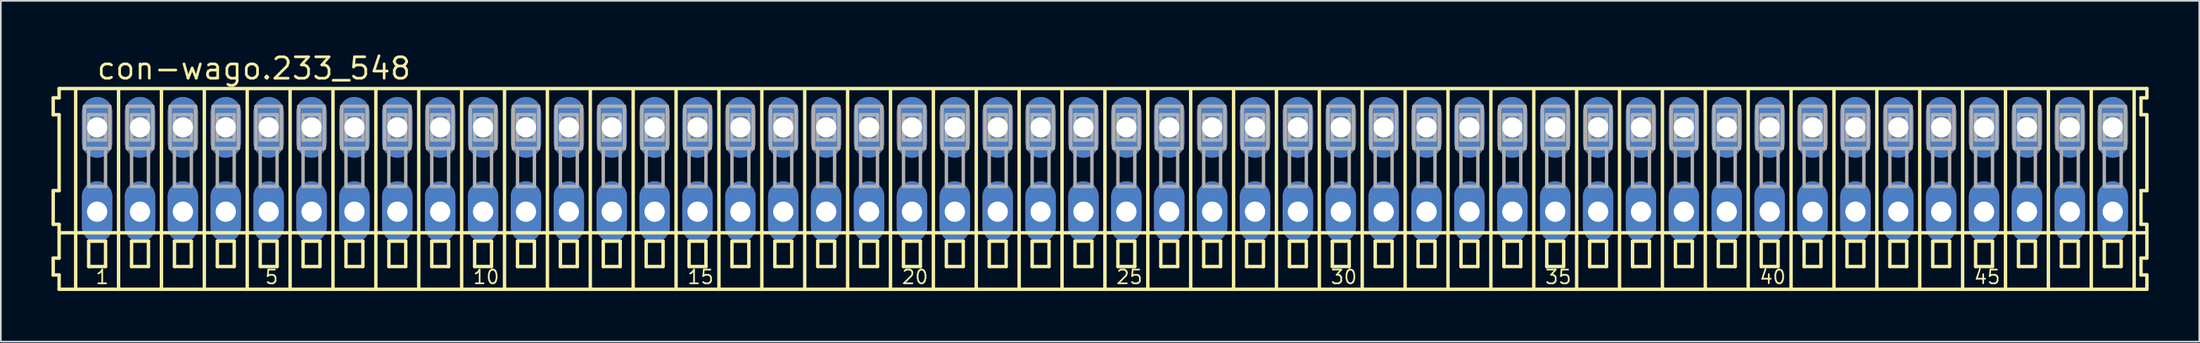
<source format=kicad_pcb>
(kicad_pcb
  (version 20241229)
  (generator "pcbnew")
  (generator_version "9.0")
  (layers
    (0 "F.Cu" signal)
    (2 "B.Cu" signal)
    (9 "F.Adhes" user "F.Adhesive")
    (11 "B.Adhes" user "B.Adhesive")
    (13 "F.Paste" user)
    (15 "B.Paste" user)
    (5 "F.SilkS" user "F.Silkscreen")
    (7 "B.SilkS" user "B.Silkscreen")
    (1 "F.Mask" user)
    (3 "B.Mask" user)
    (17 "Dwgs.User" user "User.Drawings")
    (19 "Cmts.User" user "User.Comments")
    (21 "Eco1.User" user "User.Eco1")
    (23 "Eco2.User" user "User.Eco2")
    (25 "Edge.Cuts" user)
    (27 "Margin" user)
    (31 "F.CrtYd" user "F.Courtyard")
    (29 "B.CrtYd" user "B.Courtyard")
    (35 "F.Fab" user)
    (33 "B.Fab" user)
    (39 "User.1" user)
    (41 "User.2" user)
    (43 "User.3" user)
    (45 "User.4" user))
  (footprint "con-wago.233_548"
    (layer "F.Cu")
    (at 62.392 7)
    (property "Reference" "con-wago.233_548" (at -59.79 -5.25 0) (layer "F.SilkS") (effects (font (size 1.27 1.27) (thickness 0.16)) (justify left bottom)))
    (attr through_hole)
    (fp_line (start -62.29 -4.25) (end -62.29 -3.25) (stroke (width 0.203) (type default)) (layer "F.SilkS"))
    (fp_line (start -62.29 -3.25) (end -61.94 -3.25) (stroke (width 0.203) (type default)) (layer "F.SilkS"))
    (fp_line (start -62.29 1.25) (end -62.29 3.25) (stroke (width 0.203) (type default)) (layer "F.SilkS"))
    (fp_line (start -62.29 3.25) (end -61.94 3.25) (stroke (width 0.203) (type default)) (layer "F.SilkS"))
    (fp_line (start -62.29 5.25) (end -62.29 6.25) (stroke (width 0.203) (type default)) (layer "F.SilkS"))
    (fp_line (start -62.29 6.25) (end -61.94 6.25) (stroke (width 0.203) (type default)) (layer "F.SilkS"))
    (fp_line (start -61.94 -4.8) (end -61.94 -4.25) (stroke (width 0.203) (type default)) (layer "F.SilkS"))
    (fp_line (start -61.94 -4.25) (end -62.29 -4.25) (stroke (width 0.203) (type default)) (layer "F.SilkS"))
    (fp_line (start -61.94 -3.25) (end -61.94 1.25) (stroke (width 0.203) (type default)) (layer "F.SilkS"))
    (fp_line (start -61.94 1.25) (end -62.29 1.25) (stroke (width 0.203) (type default)) (layer "F.SilkS"))
    (fp_line (start -61.94 3.25) (end -61.94 5.25) (stroke (width 0.203) (type default)) (layer "F.SilkS"))
    (fp_line (start -61.94 3.75) (end 61.715 3.75) (stroke (width 0.203) (type default)) (layer "F.SilkS"))
    (fp_line (start -61.94 5.25) (end -62.29 5.25) (stroke (width 0.203) (type default)) (layer "F.SilkS"))
    (fp_line (start -61.94 6.25) (end -61.94 7.1) (stroke (width 0.203) (type default)) (layer "F.SilkS"))
    (fp_line (start -61.94 7.1) (end 61.715 7.1) (stroke (width 0.203) (type default)) (layer "F.SilkS"))
    (fp_line (start -60.96 6.985) (end -60.96 -4.699) (stroke (width 0.203) (type default)) (layer "F.SilkS"))
    (fp_line (start -60.19 4.25) (end -60.19 5.75) (stroke (width 0.203) (type default)) (layer "F.SilkS"))
    (fp_line (start -60.19 5.75) (end -59.19 5.75) (stroke (width 0.203) (type default)) (layer "F.SilkS"))
    (fp_line (start -59.19 4.25) (end -60.19 4.25) (stroke (width 0.203) (type default)) (layer "F.SilkS"))
    (fp_line (start -59.19 5.75) (end -59.19 4.25) (stroke (width 0.203) (type default)) (layer "F.SilkS"))
    (fp_line (start -58.42 6.985) (end -58.42 -4.699) (stroke (width 0.203) (type default)) (layer "F.SilkS"))
    (fp_line (start -57.65 4.25) (end -57.65 5.75) (stroke (width 0.203) (type default)) (layer "F.SilkS"))
    (fp_line (start -57.65 5.75) (end -56.65 5.75) (stroke (width 0.203) (type default)) (layer "F.SilkS"))
    (fp_line (start -56.65 4.25) (end -57.65 4.25) (stroke (width 0.203) (type default)) (layer "F.SilkS"))
    (fp_line (start -56.65 5.75) (end -56.65 4.25) (stroke (width 0.203) (type default)) (layer "F.SilkS"))
    (fp_line (start -55.88 6.985) (end -55.88 -4.699) (stroke (width 0.203) (type default)) (layer "F.SilkS"))
    (fp_line (start -55.11 4.25) (end -55.11 5.75) (stroke (width 0.203) (type default)) (layer "F.SilkS"))
    (fp_line (start -55.11 5.75) (end -54.11 5.75) (stroke (width 0.203) (type default)) (layer "F.SilkS"))
    (fp_line (start -54.11 4.25) (end -55.11 4.25) (stroke (width 0.203) (type default)) (layer "F.SilkS"))
    (fp_line (start -54.11 5.75) (end -54.11 4.25) (stroke (width 0.203) (type default)) (layer "F.SilkS"))
    (fp_line (start -53.34 6.985) (end -53.34 -4.699) (stroke (width 0.203) (type default)) (layer "F.SilkS"))
    (fp_line (start -52.57 4.25) (end -52.57 5.75) (stroke (width 0.203) (type default)) (layer "F.SilkS"))
    (fp_line (start -52.57 5.75) (end -51.57 5.75) (stroke (width 0.203) (type default)) (layer "F.SilkS"))
    (fp_line (start -51.57 4.25) (end -52.57 4.25) (stroke (width 0.203) (type default)) (layer "F.SilkS"))
    (fp_line (start -51.57 5.75) (end -51.57 4.25) (stroke (width 0.203) (type default)) (layer "F.SilkS"))
    (fp_line (start -50.8 6.985) (end -50.8 -4.699) (stroke (width 0.203) (type default)) (layer "F.SilkS"))
    (fp_line (start -50.03 4.25) (end -50.03 5.75) (stroke (width 0.203) (type default)) (layer "F.SilkS"))
    (fp_line (start -50.03 5.75) (end -49.03 5.75) (stroke (width 0.203) (type default)) (layer "F.SilkS"))
    (fp_line (start -49.03 4.25) (end -50.03 4.25) (stroke (width 0.203) (type default)) (layer "F.SilkS"))
    (fp_line (start -49.03 5.75) (end -49.03 4.25) (stroke (width 0.203) (type default)) (layer "F.SilkS"))
    (fp_line (start -48.26 6.985) (end -48.26 -4.699) (stroke (width 0.203) (type default)) (layer "F.SilkS"))
    (fp_line (start -47.49 4.25) (end -47.49 5.75) (stroke (width 0.203) (type default)) (layer "F.SilkS"))
    (fp_line (start -47.49 5.75) (end -46.49 5.75) (stroke (width 0.203) (type default)) (layer "F.SilkS"))
    (fp_line (start -46.49 4.25) (end -47.49 4.25) (stroke (width 0.203) (type default)) (layer "F.SilkS"))
    (fp_line (start -46.49 5.75) (end -46.49 4.25) (stroke (width 0.203) (type default)) (layer "F.SilkS"))
    (fp_line (start -45.72 6.985) (end -45.72 -4.699) (stroke (width 0.203) (type default)) (layer "F.SilkS"))
    (fp_line (start -44.95 4.25) (end -44.95 5.75) (stroke (width 0.203) (type default)) (layer "F.SilkS"))
    (fp_line (start -44.95 5.75) (end -43.95 5.75) (stroke (width 0.203) (type default)) (layer "F.SilkS"))
    (fp_line (start -43.95 4.25) (end -44.95 4.25) (stroke (width 0.203) (type default)) (layer "F.SilkS"))
    (fp_line (start -43.95 5.75) (end -43.95 4.25) (stroke (width 0.203) (type default)) (layer "F.SilkS"))
    (fp_line (start -43.18 6.985) (end -43.18 -4.699) (stroke (width 0.203) (type default)) (layer "F.SilkS"))
    (fp_line (start -42.41 4.25) (end -42.41 5.75) (stroke (width 0.203) (type default)) (layer "F.SilkS"))
    (fp_line (start -42.41 5.75) (end -41.41 5.75) (stroke (width 0.203) (type default)) (layer "F.SilkS"))
    (fp_line (start -41.41 4.25) (end -42.41 4.25) (stroke (width 0.203) (type default)) (layer "F.SilkS"))
    (fp_line (start -41.41 5.75) (end -41.41 4.25) (stroke (width 0.203) (type default)) (layer "F.SilkS"))
    (fp_line (start -40.64 6.985) (end -40.64 -4.699) (stroke (width 0.203) (type default)) (layer "F.SilkS"))
    (fp_line (start -39.87 4.25) (end -39.87 5.75) (stroke (width 0.203) (type default)) (layer "F.SilkS"))
    (fp_line (start -39.87 5.75) (end -38.87 5.75) (stroke (width 0.203) (type default)) (layer "F.SilkS"))
    (fp_line (start -38.87 4.25) (end -39.87 4.25) (stroke (width 0.203) (type default)) (layer "F.SilkS"))
    (fp_line (start -38.87 5.75) (end -38.87 4.25) (stroke (width 0.203) (type default)) (layer "F.SilkS"))
    (fp_line (start -38.1 6.985) (end -38.1 -4.699) (stroke (width 0.203) (type default)) (layer "F.SilkS"))
    (fp_line (start -37.33 4.25) (end -37.33 5.75) (stroke (width 0.203) (type default)) (layer "F.SilkS"))
    (fp_line (start -37.33 5.75) (end -36.33 5.75) (stroke (width 0.203) (type default)) (layer "F.SilkS"))
    (fp_line (start -36.33 4.25) (end -37.33 4.25) (stroke (width 0.203) (type default)) (layer "F.SilkS"))
    (fp_line (start -36.33 5.75) (end -36.33 4.25) (stroke (width 0.203) (type default)) (layer "F.SilkS"))
    (fp_line (start -35.56 6.985) (end -35.56 -4.699) (stroke (width 0.203) (type default)) (layer "F.SilkS"))
    (fp_line (start -34.79 4.25) (end -34.79 5.75) (stroke (width 0.203) (type default)) (layer "F.SilkS"))
    (fp_line (start -34.79 5.75) (end -33.79 5.75) (stroke (width 0.203) (type default)) (layer "F.SilkS"))
    (fp_line (start -33.79 4.25) (end -34.79 4.25) (stroke (width 0.203) (type default)) (layer "F.SilkS"))
    (fp_line (start -33.79 5.75) (end -33.79 4.25) (stroke (width 0.203) (type default)) (layer "F.SilkS"))
    (fp_line (start -33.02 6.985) (end -33.02 -4.699) (stroke (width 0.203) (type default)) (layer "F.SilkS"))
    (fp_line (start -32.25 4.25) (end -32.25 5.75) (stroke (width 0.203) (type default)) (layer "F.SilkS"))
    (fp_line (start -32.25 5.75) (end -31.25 5.75) (stroke (width 0.203) (type default)) (layer "F.SilkS"))
    (fp_line (start -31.25 4.25) (end -32.25 4.25) (stroke (width 0.203) (type default)) (layer "F.SilkS"))
    (fp_line (start -31.25 5.75) (end -31.25 4.25) (stroke (width 0.203) (type default)) (layer "F.SilkS"))
    (fp_line (start -30.48 6.985) (end -30.48 -4.699) (stroke (width 0.203) (type default)) (layer "F.SilkS"))
    (fp_line (start -29.71 4.25) (end -29.71 5.75) (stroke (width 0.203) (type default)) (layer "F.SilkS"))
    (fp_line (start -29.71 5.75) (end -28.71 5.75) (stroke (width 0.203) (type default)) (layer "F.SilkS"))
    (fp_line (start -28.71 4.25) (end -29.71 4.25) (stroke (width 0.203) (type default)) (layer "F.SilkS"))
    (fp_line (start -28.71 5.75) (end -28.71 4.25) (stroke (width 0.203) (type default)) (layer "F.SilkS"))
    (fp_line (start -27.94 6.985) (end -27.94 -4.699) (stroke (width 0.203) (type default)) (layer "F.SilkS"))
    (fp_line (start -27.17 4.25) (end -27.17 5.75) (stroke (width 0.203) (type default)) (layer "F.SilkS"))
    (fp_line (start -27.17 5.75) (end -26.17 5.75) (stroke (width 0.203) (type default)) (layer "F.SilkS"))
    (fp_line (start -26.17 4.25) (end -27.17 4.25) (stroke (width 0.203) (type default)) (layer "F.SilkS"))
    (fp_line (start -26.17 5.75) (end -26.17 4.25) (stroke (width 0.203) (type default)) (layer "F.SilkS"))
    (fp_line (start -25.4 6.985) (end -25.4 -4.699) (stroke (width 0.203) (type default)) (layer "F.SilkS"))
    (fp_line (start -24.63 4.25) (end -24.63 5.75) (stroke (width 0.203) (type default)) (layer "F.SilkS"))
    (fp_line (start -24.63 5.75) (end -23.63 5.75) (stroke (width 0.203) (type default)) (layer "F.SilkS"))
    (fp_line (start -23.63 4.25) (end -24.63 4.25) (stroke (width 0.203) (type default)) (layer "F.SilkS"))
    (fp_line (start -23.63 5.75) (end -23.63 4.25) (stroke (width 0.203) (type default)) (layer "F.SilkS"))
    (fp_line (start -22.86 6.985) (end -22.86 -4.699) (stroke (width 0.203) (type default)) (layer "F.SilkS"))
    (fp_line (start -22.09 4.25) (end -22.09 5.75) (stroke (width 0.203) (type default)) (layer "F.SilkS"))
    (fp_line (start -22.09 5.75) (end -21.09 5.75) (stroke (width 0.203) (type default)) (layer "F.SilkS"))
    (fp_line (start -21.09 4.25) (end -22.09 4.25) (stroke (width 0.203) (type default)) (layer "F.SilkS"))
    (fp_line (start -21.09 5.75) (end -21.09 4.25) (stroke (width 0.203) (type default)) (layer "F.SilkS"))
    (fp_line (start -20.32 6.985) (end -20.32 -4.699) (stroke (width 0.203) (type default)) (layer "F.SilkS"))
    (fp_line (start -19.55 4.25) (end -19.55 5.75) (stroke (width 0.203) (type default)) (layer "F.SilkS"))
    (fp_line (start -19.55 5.75) (end -18.55 5.75) (stroke (width 0.203) (type default)) (layer "F.SilkS"))
    (fp_line (start -18.55 4.25) (end -19.55 4.25) (stroke (width 0.203) (type default)) (layer "F.SilkS"))
    (fp_line (start -18.55 5.75) (end -18.55 4.25) (stroke (width 0.203) (type default)) (layer "F.SilkS"))
    (fp_line (start -17.78 6.985) (end -17.78 -4.699) (stroke (width 0.203) (type default)) (layer "F.SilkS"))
    (fp_line (start -17.01 4.25) (end -17.01 5.75) (stroke (width 0.203) (type default)) (layer "F.SilkS"))
    (fp_line (start -17.01 5.75) (end -16.01 5.75) (stroke (width 0.203) (type default)) (layer "F.SilkS"))
    (fp_line (start -16.01 4.25) (end -17.01 4.25) (stroke (width 0.203) (type default)) (layer "F.SilkS"))
    (fp_line (start -16.01 5.75) (end -16.01 4.25) (stroke (width 0.203) (type default)) (layer "F.SilkS"))
    (fp_line (start -15.24 6.985) (end -15.24 -4.699) (stroke (width 0.203) (type default)) (layer "F.SilkS"))
    (fp_line (start -14.47 4.25) (end -14.47 5.75) (stroke (width 0.203) (type default)) (layer "F.SilkS"))
    (fp_line (start -14.47 5.75) (end -13.47 5.75) (stroke (width 0.203) (type default)) (layer "F.SilkS"))
    (fp_line (start -13.47 4.25) (end -14.47 4.25) (stroke (width 0.203) (type default)) (layer "F.SilkS"))
    (fp_line (start -13.47 5.75) (end -13.47 4.25) (stroke (width 0.203) (type default)) (layer "F.SilkS"))
    (fp_line (start -12.7 6.985) (end -12.7 -4.699) (stroke (width 0.203) (type default)) (layer "F.SilkS"))
    (fp_line (start -11.93 4.25) (end -11.93 5.75) (stroke (width 0.203) (type default)) (layer "F.SilkS"))
    (fp_line (start -11.93 5.75) (end -10.93 5.75) (stroke (width 0.203) (type default)) (layer "F.SilkS"))
    (fp_line (start -10.93 4.25) (end -11.93 4.25) (stroke (width 0.203) (type default)) (layer "F.SilkS"))
    (fp_line (start -10.93 5.75) (end -10.93 4.25) (stroke (width 0.203) (type default)) (layer "F.SilkS"))
    (fp_line (start -10.16 6.985) (end -10.16 -4.699) (stroke (width 0.203) (type default)) (layer "F.SilkS"))
    (fp_line (start -9.39 4.25) (end -9.39 5.75) (stroke (width 0.203) (type default)) (layer "F.SilkS"))
    (fp_line (start -9.39 5.75) (end -8.39 5.75) (stroke (width 0.203) (type default)) (layer "F.SilkS"))
    (fp_line (start -8.39 4.25) (end -9.39 4.25) (stroke (width 0.203) (type default)) (layer "F.SilkS"))
    (fp_line (start -8.39 5.75) (end -8.39 4.25) (stroke (width 0.203) (type default)) (layer "F.SilkS"))
    (fp_line (start -7.62 6.985) (end -7.62 -4.699) (stroke (width 0.203) (type default)) (layer "F.SilkS"))
    (fp_line (start -6.85 4.25) (end -6.85 5.75) (stroke (width 0.203) (type default)) (layer "F.SilkS"))
    (fp_line (start -6.85 5.75) (end -5.85 5.75) (stroke (width 0.203) (type default)) (layer "F.SilkS"))
    (fp_line (start -5.85 4.25) (end -6.85 4.25) (stroke (width 0.203) (type default)) (layer "F.SilkS"))
    (fp_line (start -5.85 5.75) (end -5.85 4.25) (stroke (width 0.203) (type default)) (layer "F.SilkS"))
    (fp_line (start -5.08 6.985) (end -5.08 -4.699) (stroke (width 0.203) (type default)) (layer "F.SilkS"))
    (fp_line (start -4.31 4.25) (end -4.31 5.75) (stroke (width 0.203) (type default)) (layer "F.SilkS"))
    (fp_line (start -4.31 5.75) (end -3.31 5.75) (stroke (width 0.203) (type default)) (layer "F.SilkS"))
    (fp_line (start -3.31 4.25) (end -4.31 4.25) (stroke (width 0.203) (type default)) (layer "F.SilkS"))
    (fp_line (start -3.31 5.75) (end -3.31 4.25) (stroke (width 0.203) (type default)) (layer "F.SilkS"))
    (fp_line (start -2.54 6.985) (end -2.54 -4.699) (stroke (width 0.203) (type default)) (layer "F.SilkS"))
    (fp_line (start -1.77 4.25) (end -1.77 5.75) (stroke (width 0.203) (type default)) (layer "F.SilkS"))
    (fp_line (start -1.77 5.75) (end -0.77 5.75) (stroke (width 0.203) (type default)) (layer "F.SilkS"))
    (fp_line (start -0.77 4.25) (end -1.77 4.25) (stroke (width 0.203) (type default)) (layer "F.SilkS"))
    (fp_line (start -0.77 5.75) (end -0.77 4.25) (stroke (width 0.203) (type default)) (layer "F.SilkS"))
    (fp_line (start 0 6.985) (end 0 -4.699) (stroke (width 0.203) (type default)) (layer "F.SilkS"))
    (fp_line (start 0.77 4.25) (end 0.77 5.75) (stroke (width 0.203) (type default)) (layer "F.SilkS"))
    (fp_line (start 0.77 5.75) (end 1.77 5.75) (stroke (width 0.203) (type default)) (layer "F.SilkS"))
    (fp_line (start 1.77 4.25) (end 0.77 4.25) (stroke (width 0.203) (type default)) (layer "F.SilkS"))
    (fp_line (start 1.77 5.75) (end 1.77 4.25) (stroke (width 0.203) (type default)) (layer "F.SilkS"))
    (fp_line (start 2.54 6.985) (end 2.54 -4.699) (stroke (width 0.203) (type default)) (layer "F.SilkS"))
    (fp_line (start 3.31 4.25) (end 3.31 5.75) (stroke (width 0.203) (type default)) (layer "F.SilkS"))
    (fp_line (start 3.31 5.75) (end 4.31 5.75) (stroke (width 0.203) (type default)) (layer "F.SilkS"))
    (fp_line (start 4.31 4.25) (end 3.31 4.25) (stroke (width 0.203) (type default)) (layer "F.SilkS"))
    (fp_line (start 4.31 5.75) (end 4.31 4.25) (stroke (width 0.203) (type default)) (layer "F.SilkS"))
    (fp_line (start 5.08 6.985) (end 5.08 -4.699) (stroke (width 0.203) (type default)) (layer "F.SilkS"))
    (fp_line (start 5.85 4.25) (end 5.85 5.75) (stroke (width 0.203) (type default)) (layer "F.SilkS"))
    (fp_line (start 5.85 5.75) (end 6.85 5.75) (stroke (width 0.203) (type default)) (layer "F.SilkS"))
    (fp_line (start 6.85 4.25) (end 5.85 4.25) (stroke (width 0.203) (type default)) (layer "F.SilkS"))
    (fp_line (start 6.85 5.75) (end 6.85 4.25) (stroke (width 0.203) (type default)) (layer "F.SilkS"))
    (fp_line (start 7.62 6.985) (end 7.62 -4.699) (stroke (width 0.203) (type default)) (layer "F.SilkS"))
    (fp_line (start 8.39 4.25) (end 8.39 5.75) (stroke (width 0.203) (type default)) (layer "F.SilkS"))
    (fp_line (start 8.39 5.75) (end 9.39 5.75) (stroke (width 0.203) (type default)) (layer "F.SilkS"))
    (fp_line (start 9.39 4.25) (end 8.39 4.25) (stroke (width 0.203) (type default)) (layer "F.SilkS"))
    (fp_line (start 9.39 5.75) (end 9.39 4.25) (stroke (width 0.203) (type default)) (layer "F.SilkS"))
    (fp_line (start 10.16 6.985) (end 10.16 -4.699) (stroke (width 0.203) (type default)) (layer "F.SilkS"))
    (fp_line (start 10.93 4.25) (end 10.93 5.75) (stroke (width 0.203) (type default)) (layer "F.SilkS"))
    (fp_line (start 10.93 5.75) (end 11.93 5.75) (stroke (width 0.203) (type default)) (layer "F.SilkS"))
    (fp_line (start 11.93 4.25) (end 10.93 4.25) (stroke (width 0.203) (type default)) (layer "F.SilkS"))
    (fp_line (start 11.93 5.75) (end 11.93 4.25) (stroke (width 0.203) (type default)) (layer "F.SilkS"))
    (fp_line (start 12.7 6.985) (end 12.7 -4.699) (stroke (width 0.203) (type default)) (layer "F.SilkS"))
    (fp_line (start 13.47 4.25) (end 13.47 5.75) (stroke (width 0.203) (type default)) (layer "F.SilkS"))
    (fp_line (start 13.47 5.75) (end 14.47 5.75) (stroke (width 0.203) (type default)) (layer "F.SilkS"))
    (fp_line (start 14.47 4.25) (end 13.47 4.25) (stroke (width 0.203) (type default)) (layer "F.SilkS"))
    (fp_line (start 14.47 5.75) (end 14.47 4.25) (stroke (width 0.203) (type default)) (layer "F.SilkS"))
    (fp_line (start 15.24 6.985) (end 15.24 -4.699) (stroke (width 0.203) (type default)) (layer "F.SilkS"))
    (fp_line (start 16.01 4.25) (end 16.01 5.75) (stroke (width 0.203) (type default)) (layer "F.SilkS"))
    (fp_line (start 16.01 5.75) (end 17.01 5.75) (stroke (width 0.203) (type default)) (layer "F.SilkS"))
    (fp_line (start 17.01 4.25) (end 16.01 4.25) (stroke (width 0.203) (type default)) (layer "F.SilkS"))
    (fp_line (start 17.01 5.75) (end 17.01 4.25) (stroke (width 0.203) (type default)) (layer "F.SilkS"))
    (fp_line (start 17.78 6.985) (end 17.78 -4.699) (stroke (width 0.203) (type default)) (layer "F.SilkS"))
    (fp_line (start 18.55 4.25) (end 18.55 5.75) (stroke (width 0.203) (type default)) (layer "F.SilkS"))
    (fp_line (start 18.55 5.75) (end 19.55 5.75) (stroke (width 0.203) (type default)) (layer "F.SilkS"))
    (fp_line (start 19.55 4.25) (end 18.55 4.25) (stroke (width 0.203) (type default)) (layer "F.SilkS"))
    (fp_line (start 19.55 5.75) (end 19.55 4.25) (stroke (width 0.203) (type default)) (layer "F.SilkS"))
    (fp_line (start 20.32 6.985) (end 20.32 -4.699) (stroke (width 0.203) (type default)) (layer "F.SilkS"))
    (fp_line (start 21.09 4.25) (end 21.09 5.75) (stroke (width 0.203) (type default)) (layer "F.SilkS"))
    (fp_line (start 21.09 5.75) (end 22.09 5.75) (stroke (width 0.203) (type default)) (layer "F.SilkS"))
    (fp_line (start 22.09 4.25) (end 21.09 4.25) (stroke (width 0.203) (type default)) (layer "F.SilkS"))
    (fp_line (start 22.09 5.75) (end 22.09 4.25) (stroke (width 0.203) (type default)) (layer "F.SilkS"))
    (fp_line (start 22.86 6.985) (end 22.86 -4.699) (stroke (width 0.203) (type default)) (layer "F.SilkS"))
    (fp_line (start 23.63 4.25) (end 23.63 5.75) (stroke (width 0.203) (type default)) (layer "F.SilkS"))
    (fp_line (start 23.63 5.75) (end 24.63 5.75) (stroke (width 0.203) (type default)) (layer "F.SilkS"))
    (fp_line (start 24.63 4.25) (end 23.63 4.25) (stroke (width 0.203) (type default)) (layer "F.SilkS"))
    (fp_line (start 24.63 5.75) (end 24.63 4.25) (stroke (width 0.203) (type default)) (layer "F.SilkS"))
    (fp_line (start 25.4 6.985) (end 25.4 -4.699) (stroke (width 0.203) (type default)) (layer "F.SilkS"))
    (fp_line (start 26.17 4.25) (end 26.17 5.75) (stroke (width 0.203) (type default)) (layer "F.SilkS"))
    (fp_line (start 26.17 5.75) (end 27.17 5.75) (stroke (width 0.203) (type default)) (layer "F.SilkS"))
    (fp_line (start 27.17 4.25) (end 26.17 4.25) (stroke (width 0.203) (type default)) (layer "F.SilkS"))
    (fp_line (start 27.17 5.75) (end 27.17 4.25) (stroke (width 0.203) (type default)) (layer "F.SilkS"))
    (fp_line (start 27.94 6.985) (end 27.94 -4.699) (stroke (width 0.203) (type default)) (layer "F.SilkS"))
    (fp_line (start 28.71 4.25) (end 28.71 5.75) (stroke (width 0.203) (type default)) (layer "F.SilkS"))
    (fp_line (start 28.71 5.75) (end 29.71 5.75) (stroke (width 0.203) (type default)) (layer "F.SilkS"))
    (fp_line (start 29.71 4.25) (end 28.71 4.25) (stroke (width 0.203) (type default)) (layer "F.SilkS"))
    (fp_line (start 29.71 5.75) (end 29.71 4.25) (stroke (width 0.203) (type default)) (layer "F.SilkS"))
    (fp_line (start 30.48 6.985) (end 30.48 -4.699) (stroke (width 0.203) (type default)) (layer "F.SilkS"))
    (fp_line (start 31.25 4.25) (end 31.25 5.75) (stroke (width 0.203) (type default)) (layer "F.SilkS"))
    (fp_line (start 31.25 5.75) (end 32.25 5.75) (stroke (width 0.203) (type default)) (layer "F.SilkS"))
    (fp_line (start 32.25 4.25) (end 31.25 4.25) (stroke (width 0.203) (type default)) (layer "F.SilkS"))
    (fp_line (start 32.25 5.75) (end 32.25 4.25) (stroke (width 0.203) (type default)) (layer "F.SilkS"))
    (fp_line (start 33.02 6.985) (end 33.02 -4.699) (stroke (width 0.203) (type default)) (layer "F.SilkS"))
    (fp_line (start 33.79 4.25) (end 33.79 5.75) (stroke (width 0.203) (type default)) (layer "F.SilkS"))
    (fp_line (start 33.79 5.75) (end 34.79 5.75) (stroke (width 0.203) (type default)) (layer "F.SilkS"))
    (fp_line (start 34.79 4.25) (end 33.79 4.25) (stroke (width 0.203) (type default)) (layer "F.SilkS"))
    (fp_line (start 34.79 5.75) (end 34.79 4.25) (stroke (width 0.203) (type default)) (layer "F.SilkS"))
    (fp_line (start 35.56 6.985) (end 35.56 -4.699) (stroke (width 0.203) (type default)) (layer "F.SilkS"))
    (fp_line (start 36.33 4.25) (end 36.33 5.75) (stroke (width 0.203) (type default)) (layer "F.SilkS"))
    (fp_line (start 36.33 5.75) (end 37.33 5.75) (stroke (width 0.203) (type default)) (layer "F.SilkS"))
    (fp_line (start 37.33 4.25) (end 36.33 4.25) (stroke (width 0.203) (type default)) (layer "F.SilkS"))
    (fp_line (start 37.33 5.75) (end 37.33 4.25) (stroke (width 0.203) (type default)) (layer "F.SilkS"))
    (fp_line (start 38.1 6.985) (end 38.1 -4.699) (stroke (width 0.203) (type default)) (layer "F.SilkS"))
    (fp_line (start 38.87 4.25) (end 38.87 5.75) (stroke (width 0.203) (type default)) (layer "F.SilkS"))
    (fp_line (start 38.87 5.75) (end 39.87 5.75) (stroke (width 0.203) (type default)) (layer "F.SilkS"))
    (fp_line (start 39.87 4.25) (end 38.87 4.25) (stroke (width 0.203) (type default)) (layer "F.SilkS"))
    (fp_line (start 39.87 5.75) (end 39.87 4.25) (stroke (width 0.203) (type default)) (layer "F.SilkS"))
    (fp_line (start 40.64 6.985) (end 40.64 -4.699) (stroke (width 0.203) (type default)) (layer "F.SilkS"))
    (fp_line (start 41.41 4.25) (end 41.41 5.75) (stroke (width 0.203) (type default)) (layer "F.SilkS"))
    (fp_line (start 41.41 5.75) (end 42.41 5.75) (stroke (width 0.203) (type default)) (layer "F.SilkS"))
    (fp_line (start 42.41 4.25) (end 41.41 4.25) (stroke (width 0.203) (type default)) (layer "F.SilkS"))
    (fp_line (start 42.41 5.75) (end 42.41 4.25) (stroke (width 0.203) (type default)) (layer "F.SilkS"))
    (fp_line (start 43.18 6.985) (end 43.18 -4.699) (stroke (width 0.203) (type default)) (layer "F.SilkS"))
    (fp_line (start 43.95 4.25) (end 43.95 5.75) (stroke (width 0.203) (type default)) (layer "F.SilkS"))
    (fp_line (start 43.95 5.75) (end 44.95 5.75) (stroke (width 0.203) (type default)) (layer "F.SilkS"))
    (fp_line (start 44.95 4.25) (end 43.95 4.25) (stroke (width 0.203) (type default)) (layer "F.SilkS"))
    (fp_line (start 44.95 5.75) (end 44.95 4.25) (stroke (width 0.203) (type default)) (layer "F.SilkS"))
    (fp_line (start 45.72 6.985) (end 45.72 -4.699) (stroke (width 0.203) (type default)) (layer "F.SilkS"))
    (fp_line (start 46.49 4.25) (end 46.49 5.75) (stroke (width 0.203) (type default)) (layer "F.SilkS"))
    (fp_line (start 46.49 5.75) (end 47.49 5.75) (stroke (width 0.203) (type default)) (layer "F.SilkS"))
    (fp_line (start 47.49 4.25) (end 46.49 4.25) (stroke (width 0.203) (type default)) (layer "F.SilkS"))
    (fp_line (start 47.49 5.75) (end 47.49 4.25) (stroke (width 0.203) (type default)) (layer "F.SilkS"))
    (fp_line (start 48.26 6.985) (end 48.26 -4.699) (stroke (width 0.203) (type default)) (layer "F.SilkS"))
    (fp_line (start 49.03 4.25) (end 49.03 5.75) (stroke (width 0.203) (type default)) (layer "F.SilkS"))
    (fp_line (start 49.03 5.75) (end 50.03 5.75) (stroke (width 0.203) (type default)) (layer "F.SilkS"))
    (fp_line (start 50.03 4.25) (end 49.03 4.25) (stroke (width 0.203) (type default)) (layer "F.SilkS"))
    (fp_line (start 50.03 5.75) (end 50.03 4.25) (stroke (width 0.203) (type default)) (layer "F.SilkS"))
    (fp_line (start 50.8 6.985) (end 50.8 -4.699) (stroke (width 0.203) (type default)) (layer "F.SilkS"))
    (fp_line (start 51.57 4.25) (end 51.57 5.75) (stroke (width 0.203) (type default)) (layer "F.SilkS"))
    (fp_line (start 51.57 5.75) (end 52.57 5.75) (stroke (width 0.203) (type default)) (layer "F.SilkS"))
    (fp_line (start 52.57 4.25) (end 51.57 4.25) (stroke (width 0.203) (type default)) (layer "F.SilkS"))
    (fp_line (start 52.57 5.75) (end 52.57 4.25) (stroke (width 0.203) (type default)) (layer "F.SilkS"))
    (fp_line (start 53.34 6.985) (end 53.34 -4.699) (stroke (width 0.203) (type default)) (layer "F.SilkS"))
    (fp_line (start 54.11 4.25) (end 54.11 5.75) (stroke (width 0.203) (type default)) (layer "F.SilkS"))
    (fp_line (start 54.11 5.75) (end 55.11 5.75) (stroke (width 0.203) (type default)) (layer "F.SilkS"))
    (fp_line (start 55.11 4.25) (end 54.11 4.25) (stroke (width 0.203) (type default)) (layer "F.SilkS"))
    (fp_line (start 55.11 5.75) (end 55.11 4.25) (stroke (width 0.203) (type default)) (layer "F.SilkS"))
    (fp_line (start 55.88 6.985) (end 55.88 -4.699) (stroke (width 0.203) (type default)) (layer "F.SilkS"))
    (fp_line (start 56.65 4.25) (end 56.65 5.75) (stroke (width 0.203) (type default)) (layer "F.SilkS"))
    (fp_line (start 56.65 5.75) (end 57.65 5.75) (stroke (width 0.203) (type default)) (layer "F.SilkS"))
    (fp_line (start 57.65 4.25) (end 56.65 4.25) (stroke (width 0.203) (type default)) (layer "F.SilkS"))
    (fp_line (start 57.65 5.75) (end 57.65 4.25) (stroke (width 0.203) (type default)) (layer "F.SilkS"))
    (fp_line (start 58.42 6.985) (end 58.42 -4.699) (stroke (width 0.203) (type default)) (layer "F.SilkS"))
    (fp_line (start 59.19 4.25) (end 59.19 5.75) (stroke (width 0.203) (type default)) (layer "F.SilkS"))
    (fp_line (start 59.19 5.75) (end 60.19 5.75) (stroke (width 0.203) (type default)) (layer "F.SilkS"))
    (fp_line (start 60.19 4.25) (end 59.19 4.25) (stroke (width 0.203) (type default)) (layer "F.SilkS"))
    (fp_line (start 60.19 5.75) (end 60.19 4.25) (stroke (width 0.203) (type default)) (layer "F.SilkS"))
    (fp_line (start 60.96 6.985) (end 60.96 -4.699) (stroke (width 0.203) (type default)) (layer "F.SilkS"))
    (fp_line (start 61.365 -4.25) (end 61.365 -3.25) (stroke (width 0.203) (type default)) (layer "F.SilkS"))
    (fp_line (start 61.365 -3.25) (end 61.715 -3.25) (stroke (width 0.203) (type default)) (layer "F.SilkS"))
    (fp_line (start 61.365 1.25) (end 61.365 3.25) (stroke (width 0.203) (type default)) (layer "F.SilkS"))
    (fp_line (start 61.365 3.25) (end 61.715 3.25) (stroke (width 0.203) (type default)) (layer "F.SilkS"))
    (fp_line (start 61.365 5.25) (end 61.365 6.25) (stroke (width 0.203) (type default)) (layer "F.SilkS"))
    (fp_line (start 61.365 6.25) (end 61.715 6.25) (stroke (width 0.203) (type default)) (layer "F.SilkS"))
    (fp_line (start 61.715 -4.8) (end -61.94 -4.8) (stroke (width 0.203) (type default)) (layer "F.SilkS"))
    (fp_line (start 61.715 -4.25) (end 61.365 -4.25) (stroke (width 0.203) (type default)) (layer "F.SilkS"))
    (fp_line (start 61.715 -4.25) (end 61.715 -4.8) (stroke (width 0.203) (type default)) (layer "F.SilkS"))
    (fp_line (start 61.715 1.25) (end 61.365 1.25) (stroke (width 0.203) (type default)) (layer "F.SilkS"))
    (fp_line (start 61.715 1.25) (end 61.715 -3.25) (stroke (width 0.203) (type default)) (layer "F.SilkS"))
    (fp_line (start 61.715 3.75) (end 61.715 3.25) (stroke (width 0.203) (type default)) (layer "F.SilkS"))
    (fp_line (start 61.715 5.25) (end 61.365 5.25) (stroke (width 0.203) (type default)) (layer "F.SilkS"))
    (fp_line (start 61.715 5.25) (end 61.715 3.75) (stroke (width 0.203) (type default)) (layer "F.SilkS"))
    (fp_line (start 61.715 7.1) (end 61.715 6.25) (stroke (width 0.203) (type default)) (layer "F.SilkS"))
    (fp_line (start -60.44 -3.75) (end -60.44 -1.25) (stroke (width 0.203) (type default)) (layer "F.Fab"))
    (fp_line (start -60.44 -1.25) (end -60.19 -1.25) (stroke (width 0.203) (type default)) (layer "F.Fab"))
    (fp_line (start -60.19 -3.25) (end -60.19 -1.75) (stroke (width 0.203) (type default)) (layer "F.Fab"))
    (fp_line (start -60.19 -1.75) (end -59.19 -1.75) (stroke (width 0.203) (type default)) (layer "F.Fab"))
    (fp_line (start -60.19 -1.25) (end -60.19 1) (stroke (width 0.203) (type default)) (layer "F.Fab"))
    (fp_line (start -60.19 -1.25) (end -59.19 -1.25) (stroke (width 0.203) (type default)) (layer "F.Fab"))
    (fp_line (start -60.19 1) (end -59.19 1) (stroke (width 0.203) (type default)) (layer "F.Fab"))
    (fp_line (start -59.19 -3.25) (end -60.19 -3.25) (stroke (width 0.203) (type default)) (layer "F.Fab"))
    (fp_line (start -59.19 -1.75) (end -59.19 -3.25) (stroke (width 0.203) (type default)) (layer "F.Fab"))
    (fp_line (start -59.19 -1.25) (end -58.94 -1.25) (stroke (width 0.203) (type default)) (layer "F.Fab"))
    (fp_line (start -59.19 1) (end -59.19 -1.25) (stroke (width 0.203) (type default)) (layer "F.Fab"))
    (fp_line (start -58.94 -3.75) (end -60.44 -3.75) (stroke (width 0.203) (type default)) (layer "F.Fab"))
    (fp_line (start -58.94 -1.25) (end -58.94 -3.75) (stroke (width 0.203) (type default)) (layer "F.Fab"))
    (fp_line (start -57.9 -3.75) (end -57.9 -1.25) (stroke (width 0.203) (type default)) (layer "F.Fab"))
    (fp_line (start -57.9 -1.25) (end -57.65 -1.25) (stroke (width 0.203) (type default)) (layer "F.Fab"))
    (fp_line (start -57.65 -3.25) (end -57.65 -1.75) (stroke (width 0.203) (type default)) (layer "F.Fab"))
    (fp_line (start -57.65 -1.75) (end -56.65 -1.75) (stroke (width 0.203) (type default)) (layer "F.Fab"))
    (fp_line (start -57.65 -1.25) (end -57.65 1) (stroke (width 0.203) (type default)) (layer "F.Fab"))
    (fp_line (start -57.65 -1.25) (end -56.65 -1.25) (stroke (width 0.203) (type default)) (layer "F.Fab"))
    (fp_line (start -57.65 1) (end -56.65 1) (stroke (width 0.203) (type default)) (layer "F.Fab"))
    (fp_line (start -56.65 -3.25) (end -57.65 -3.25) (stroke (width 0.203) (type default)) (layer "F.Fab"))
    (fp_line (start -56.65 -1.75) (end -56.65 -3.25) (stroke (width 0.203) (type default)) (layer "F.Fab"))
    (fp_line (start -56.65 -1.25) (end -56.4 -1.25) (stroke (width 0.203) (type default)) (layer "F.Fab"))
    (fp_line (start -56.65 1) (end -56.65 -1.25) (stroke (width 0.203) (type default)) (layer "F.Fab"))
    (fp_line (start -56.4 -3.75) (end -57.9 -3.75) (stroke (width 0.203) (type default)) (layer "F.Fab"))
    (fp_line (start -56.4 -1.25) (end -56.4 -3.75) (stroke (width 0.203) (type default)) (layer "F.Fab"))
    (fp_line (start -55.36 -3.75) (end -55.36 -1.25) (stroke (width 0.203) (type default)) (layer "F.Fab"))
    (fp_line (start -55.36 -1.25) (end -55.11 -1.25) (stroke (width 0.203) (type default)) (layer "F.Fab"))
    (fp_line (start -55.11 -3.25) (end -55.11 -1.75) (stroke (width 0.203) (type default)) (layer "F.Fab"))
    (fp_line (start -55.11 -1.75) (end -54.11 -1.75) (stroke (width 0.203) (type default)) (layer "F.Fab"))
    (fp_line (start -55.11 -1.25) (end -55.11 1) (stroke (width 0.203) (type default)) (layer "F.Fab"))
    (fp_line (start -55.11 -1.25) (end -54.11 -1.25) (stroke (width 0.203) (type default)) (layer "F.Fab"))
    (fp_line (start -55.11 1) (end -54.11 1) (stroke (width 0.203) (type default)) (layer "F.Fab"))
    (fp_line (start -54.11 -3.25) (end -55.11 -3.25) (stroke (width 0.203) (type default)) (layer "F.Fab"))
    (fp_line (start -54.11 -1.75) (end -54.11 -3.25) (stroke (width 0.203) (type default)) (layer "F.Fab"))
    (fp_line (start -54.11 -1.25) (end -53.86 -1.25) (stroke (width 0.203) (type default)) (layer "F.Fab"))
    (fp_line (start -54.11 1) (end -54.11 -1.25) (stroke (width 0.203) (type default)) (layer "F.Fab"))
    (fp_line (start -53.86 -3.75) (end -55.36 -3.75) (stroke (width 0.203) (type default)) (layer "F.Fab"))
    (fp_line (start -53.86 -1.25) (end -53.86 -3.75) (stroke (width 0.203) (type default)) (layer "F.Fab"))
    (fp_line (start -52.82 -3.75) (end -52.82 -1.25) (stroke (width 0.203) (type default)) (layer "F.Fab"))
    (fp_line (start -52.82 -1.25) (end -52.57 -1.25) (stroke (width 0.203) (type default)) (layer "F.Fab"))
    (fp_line (start -52.57 -3.25) (end -52.57 -1.75) (stroke (width 0.203) (type default)) (layer "F.Fab"))
    (fp_line (start -52.57 -1.75) (end -51.57 -1.75) (stroke (width 0.203) (type default)) (layer "F.Fab"))
    (fp_line (start -52.57 -1.25) (end -52.57 1) (stroke (width 0.203) (type default)) (layer "F.Fab"))
    (fp_line (start -52.57 -1.25) (end -51.57 -1.25) (stroke (width 0.203) (type default)) (layer "F.Fab"))
    (fp_line (start -52.57 1) (end -51.57 1) (stroke (width 0.203) (type default)) (layer "F.Fab"))
    (fp_line (start -51.57 -3.25) (end -52.57 -3.25) (stroke (width 0.203) (type default)) (layer "F.Fab"))
    (fp_line (start -51.57 -1.75) (end -51.57 -3.25) (stroke (width 0.203) (type default)) (layer "F.Fab"))
    (fp_line (start -51.57 -1.25) (end -51.32 -1.25) (stroke (width 0.203) (type default)) (layer "F.Fab"))
    (fp_line (start -51.57 1) (end -51.57 -1.25) (stroke (width 0.203) (type default)) (layer "F.Fab"))
    (fp_line (start -51.32 -3.75) (end -52.82 -3.75) (stroke (width 0.203) (type default)) (layer "F.Fab"))
    (fp_line (start -51.32 -1.25) (end -51.32 -3.75) (stroke (width 0.203) (type default)) (layer "F.Fab"))
    (fp_line (start -50.28 -3.75) (end -50.28 -1.25) (stroke (width 0.203) (type default)) (layer "F.Fab"))
    (fp_line (start -50.28 -1.25) (end -50.03 -1.25) (stroke (width 0.203) (type default)) (layer "F.Fab"))
    (fp_line (start -50.03 -3.25) (end -50.03 -1.75) (stroke (width 0.203) (type default)) (layer "F.Fab"))
    (fp_line (start -50.03 -1.75) (end -49.03 -1.75) (stroke (width 0.203) (type default)) (layer "F.Fab"))
    (fp_line (start -50.03 -1.25) (end -50.03 1) (stroke (width 0.203) (type default)) (layer "F.Fab"))
    (fp_line (start -50.03 -1.25) (end -49.03 -1.25) (stroke (width 0.203) (type default)) (layer "F.Fab"))
    (fp_line (start -50.03 1) (end -49.03 1) (stroke (width 0.203) (type default)) (layer "F.Fab"))
    (fp_line (start -49.03 -3.25) (end -50.03 -3.25) (stroke (width 0.203) (type default)) (layer "F.Fab"))
    (fp_line (start -49.03 -1.75) (end -49.03 -3.25) (stroke (width 0.203) (type default)) (layer "F.Fab"))
    (fp_line (start -49.03 -1.25) (end -48.78 -1.25) (stroke (width 0.203) (type default)) (layer "F.Fab"))
    (fp_line (start -49.03 1) (end -49.03 -1.25) (stroke (width 0.203) (type default)) (layer "F.Fab"))
    (fp_line (start -48.78 -3.75) (end -50.28 -3.75) (stroke (width 0.203) (type default)) (layer "F.Fab"))
    (fp_line (start -48.78 -1.25) (end -48.78 -3.75) (stroke (width 0.203) (type default)) (layer "F.Fab"))
    (fp_line (start -47.74 -3.75) (end -47.74 -1.25) (stroke (width 0.203) (type default)) (layer "F.Fab"))
    (fp_line (start -47.74 -1.25) (end -47.49 -1.25) (stroke (width 0.203) (type default)) (layer "F.Fab"))
    (fp_line (start -47.49 -3.25) (end -47.49 -1.75) (stroke (width 0.203) (type default)) (layer "F.Fab"))
    (fp_line (start -47.49 -1.75) (end -46.49 -1.75) (stroke (width 0.203) (type default)) (layer "F.Fab"))
    (fp_line (start -47.49 -1.25) (end -47.49 1) (stroke (width 0.203) (type default)) (layer "F.Fab"))
    (fp_line (start -47.49 -1.25) (end -46.49 -1.25) (stroke (width 0.203) (type default)) (layer "F.Fab"))
    (fp_line (start -47.49 1) (end -46.49 1) (stroke (width 0.203) (type default)) (layer "F.Fab"))
    (fp_line (start -46.49 -3.25) (end -47.49 -3.25) (stroke (width 0.203) (type default)) (layer "F.Fab"))
    (fp_line (start -46.49 -1.75) (end -46.49 -3.25) (stroke (width 0.203) (type default)) (layer "F.Fab"))
    (fp_line (start -46.49 -1.25) (end -46.24 -1.25) (stroke (width 0.203) (type default)) (layer "F.Fab"))
    (fp_line (start -46.49 1) (end -46.49 -1.25) (stroke (width 0.203) (type default)) (layer "F.Fab"))
    (fp_line (start -46.24 -3.75) (end -47.74 -3.75) (stroke (width 0.203) (type default)) (layer "F.Fab"))
    (fp_line (start -46.24 -1.25) (end -46.24 -3.75) (stroke (width 0.203) (type default)) (layer "F.Fab"))
    (fp_line (start -45.2 -3.75) (end -45.2 -1.25) (stroke (width 0.203) (type default)) (layer "F.Fab"))
    (fp_line (start -45.2 -1.25) (end -44.95 -1.25) (stroke (width 0.203) (type default)) (layer "F.Fab"))
    (fp_line (start -44.95 -3.25) (end -44.95 -1.75) (stroke (width 0.203) (type default)) (layer "F.Fab"))
    (fp_line (start -44.95 -1.75) (end -43.95 -1.75) (stroke (width 0.203) (type default)) (layer "F.Fab"))
    (fp_line (start -44.95 -1.25) (end -44.95 1) (stroke (width 0.203) (type default)) (layer "F.Fab"))
    (fp_line (start -44.95 -1.25) (end -43.95 -1.25) (stroke (width 0.203) (type default)) (layer "F.Fab"))
    (fp_line (start -44.95 1) (end -43.95 1) (stroke (width 0.203) (type default)) (layer "F.Fab"))
    (fp_line (start -43.95 -3.25) (end -44.95 -3.25) (stroke (width 0.203) (type default)) (layer "F.Fab"))
    (fp_line (start -43.95 -1.75) (end -43.95 -3.25) (stroke (width 0.203) (type default)) (layer "F.Fab"))
    (fp_line (start -43.95 -1.25) (end -43.7 -1.25) (stroke (width 0.203) (type default)) (layer "F.Fab"))
    (fp_line (start -43.95 1) (end -43.95 -1.25) (stroke (width 0.203) (type default)) (layer "F.Fab"))
    (fp_line (start -43.7 -3.75) (end -45.2 -3.75) (stroke (width 0.203) (type default)) (layer "F.Fab"))
    (fp_line (start -43.7 -1.25) (end -43.7 -3.75) (stroke (width 0.203) (type default)) (layer "F.Fab"))
    (fp_line (start -42.66 -3.75) (end -42.66 -1.25) (stroke (width 0.203) (type default)) (layer "F.Fab"))
    (fp_line (start -42.66 -1.25) (end -42.41 -1.25) (stroke (width 0.203) (type default)) (layer "F.Fab"))
    (fp_line (start -42.41 -3.25) (end -42.41 -1.75) (stroke (width 0.203) (type default)) (layer "F.Fab"))
    (fp_line (start -42.41 -1.75) (end -41.41 -1.75) (stroke (width 0.203) (type default)) (layer "F.Fab"))
    (fp_line (start -42.41 -1.25) (end -42.41 1) (stroke (width 0.203) (type default)) (layer "F.Fab"))
    (fp_line (start -42.41 -1.25) (end -41.41 -1.25) (stroke (width 0.203) (type default)) (layer "F.Fab"))
    (fp_line (start -42.41 1) (end -41.41 1) (stroke (width 0.203) (type default)) (layer "F.Fab"))
    (fp_line (start -41.41 -3.25) (end -42.41 -3.25) (stroke (width 0.203) (type default)) (layer "F.Fab"))
    (fp_line (start -41.41 -1.75) (end -41.41 -3.25) (stroke (width 0.203) (type default)) (layer "F.Fab"))
    (fp_line (start -41.41 -1.25) (end -41.16 -1.25) (stroke (width 0.203) (type default)) (layer "F.Fab"))
    (fp_line (start -41.41 1) (end -41.41 -1.25) (stroke (width 0.203) (type default)) (layer "F.Fab"))
    (fp_line (start -41.16 -3.75) (end -42.66 -3.75) (stroke (width 0.203) (type default)) (layer "F.Fab"))
    (fp_line (start -41.16 -1.25) (end -41.16 -3.75) (stroke (width 0.203) (type default)) (layer "F.Fab"))
    (fp_line (start -40.12 -3.75) (end -40.12 -1.25) (stroke (width 0.203) (type default)) (layer "F.Fab"))
    (fp_line (start -40.12 -1.25) (end -39.87 -1.25) (stroke (width 0.203) (type default)) (layer "F.Fab"))
    (fp_line (start -39.87 -3.25) (end -39.87 -1.75) (stroke (width 0.203) (type default)) (layer "F.Fab"))
    (fp_line (start -39.87 -1.75) (end -38.87 -1.75) (stroke (width 0.203) (type default)) (layer "F.Fab"))
    (fp_line (start -39.87 -1.25) (end -39.87 1) (stroke (width 0.203) (type default)) (layer "F.Fab"))
    (fp_line (start -39.87 -1.25) (end -38.87 -1.25) (stroke (width 0.203) (type default)) (layer "F.Fab"))
    (fp_line (start -39.87 1) (end -38.87 1) (stroke (width 0.203) (type default)) (layer "F.Fab"))
    (fp_line (start -38.87 -3.25) (end -39.87 -3.25) (stroke (width 0.203) (type default)) (layer "F.Fab"))
    (fp_line (start -38.87 -1.75) (end -38.87 -3.25) (stroke (width 0.203) (type default)) (layer "F.Fab"))
    (fp_line (start -38.87 -1.25) (end -38.62 -1.25) (stroke (width 0.203) (type default)) (layer "F.Fab"))
    (fp_line (start -38.87 1) (end -38.87 -1.25) (stroke (width 0.203) (type default)) (layer "F.Fab"))
    (fp_line (start -38.62 -3.75) (end -40.12 -3.75) (stroke (width 0.203) (type default)) (layer "F.Fab"))
    (fp_line (start -38.62 -1.25) (end -38.62 -3.75) (stroke (width 0.203) (type default)) (layer "F.Fab"))
    (fp_line (start -37.58 -3.75) (end -37.58 -1.25) (stroke (width 0.203) (type default)) (layer "F.Fab"))
    (fp_line (start -37.58 -1.25) (end -37.33 -1.25) (stroke (width 0.203) (type default)) (layer "F.Fab"))
    (fp_line (start -37.33 -3.25) (end -37.33 -1.75) (stroke (width 0.203) (type default)) (layer "F.Fab"))
    (fp_line (start -37.33 -1.75) (end -36.33 -1.75) (stroke (width 0.203) (type default)) (layer "F.Fab"))
    (fp_line (start -37.33 -1.25) (end -37.33 1) (stroke (width 0.203) (type default)) (layer "F.Fab"))
    (fp_line (start -37.33 -1.25) (end -36.33 -1.25) (stroke (width 0.203) (type default)) (layer "F.Fab"))
    (fp_line (start -37.33 1) (end -36.33 1) (stroke (width 0.203) (type default)) (layer "F.Fab"))
    (fp_line (start -36.33 -3.25) (end -37.33 -3.25) (stroke (width 0.203) (type default)) (layer "F.Fab"))
    (fp_line (start -36.33 -1.75) (end -36.33 -3.25) (stroke (width 0.203) (type default)) (layer "F.Fab"))
    (fp_line (start -36.33 -1.25) (end -36.08 -1.25) (stroke (width 0.203) (type default)) (layer "F.Fab"))
    (fp_line (start -36.33 1) (end -36.33 -1.25) (stroke (width 0.203) (type default)) (layer "F.Fab"))
    (fp_line (start -36.08 -3.75) (end -37.58 -3.75) (stroke (width 0.203) (type default)) (layer "F.Fab"))
    (fp_line (start -36.08 -1.25) (end -36.08 -3.75) (stroke (width 0.203) (type default)) (layer "F.Fab"))
    (fp_line (start -35.04 -3.75) (end -35.04 -1.25) (stroke (width 0.203) (type default)) (layer "F.Fab"))
    (fp_line (start -35.04 -1.25) (end -34.79 -1.25) (stroke (width 0.203) (type default)) (layer "F.Fab"))
    (fp_line (start -34.79 -3.25) (end -34.79 -1.75) (stroke (width 0.203) (type default)) (layer "F.Fab"))
    (fp_line (start -34.79 -1.75) (end -33.79 -1.75) (stroke (width 0.203) (type default)) (layer "F.Fab"))
    (fp_line (start -34.79 -1.25) (end -34.79 1) (stroke (width 0.203) (type default)) (layer "F.Fab"))
    (fp_line (start -34.79 -1.25) (end -33.79 -1.25) (stroke (width 0.203) (type default)) (layer "F.Fab"))
    (fp_line (start -34.79 1) (end -33.79 1) (stroke (width 0.203) (type default)) (layer "F.Fab"))
    (fp_line (start -33.79 -3.25) (end -34.79 -3.25) (stroke (width 0.203) (type default)) (layer "F.Fab"))
    (fp_line (start -33.79 -1.75) (end -33.79 -3.25) (stroke (width 0.203) (type default)) (layer "F.Fab"))
    (fp_line (start -33.79 -1.25) (end -33.54 -1.25) (stroke (width 0.203) (type default)) (layer "F.Fab"))
    (fp_line (start -33.79 1) (end -33.79 -1.25) (stroke (width 0.203) (type default)) (layer "F.Fab"))
    (fp_line (start -33.54 -3.75) (end -35.04 -3.75) (stroke (width 0.203) (type default)) (layer "F.Fab"))
    (fp_line (start -33.54 -1.25) (end -33.54 -3.75) (stroke (width 0.203) (type default)) (layer "F.Fab"))
    (fp_line (start -32.5 -3.75) (end -32.5 -1.25) (stroke (width 0.203) (type default)) (layer "F.Fab"))
    (fp_line (start -32.5 -1.25) (end -32.25 -1.25) (stroke (width 0.203) (type default)) (layer "F.Fab"))
    (fp_line (start -32.25 -3.25) (end -32.25 -1.75) (stroke (width 0.203) (type default)) (layer "F.Fab"))
    (fp_line (start -32.25 -1.75) (end -31.25 -1.75) (stroke (width 0.203) (type default)) (layer "F.Fab"))
    (fp_line (start -32.25 -1.25) (end -32.25 1) (stroke (width 0.203) (type default)) (layer "F.Fab"))
    (fp_line (start -32.25 -1.25) (end -31.25 -1.25) (stroke (width 0.203) (type default)) (layer "F.Fab"))
    (fp_line (start -32.25 1) (end -31.25 1) (stroke (width 0.203) (type default)) (layer "F.Fab"))
    (fp_line (start -31.25 -3.25) (end -32.25 -3.25) (stroke (width 0.203) (type default)) (layer "F.Fab"))
    (fp_line (start -31.25 -1.75) (end -31.25 -3.25) (stroke (width 0.203) (type default)) (layer "F.Fab"))
    (fp_line (start -31.25 -1.25) (end -31 -1.25) (stroke (width 0.203) (type default)) (layer "F.Fab"))
    (fp_line (start -31.25 1) (end -31.25 -1.25) (stroke (width 0.203) (type default)) (layer "F.Fab"))
    (fp_line (start -31 -3.75) (end -32.5 -3.75) (stroke (width 0.203) (type default)) (layer "F.Fab"))
    (fp_line (start -31 -1.25) (end -31 -3.75) (stroke (width 0.203) (type default)) (layer "F.Fab"))
    (fp_line (start -29.96 -3.75) (end -29.96 -1.25) (stroke (width 0.203) (type default)) (layer "F.Fab"))
    (fp_line (start -29.96 -1.25) (end -29.71 -1.25) (stroke (width 0.203) (type default)) (layer "F.Fab"))
    (fp_line (start -29.71 -3.25) (end -29.71 -1.75) (stroke (width 0.203) (type default)) (layer "F.Fab"))
    (fp_line (start -29.71 -1.75) (end -28.71 -1.75) (stroke (width 0.203) (type default)) (layer "F.Fab"))
    (fp_line (start -29.71 -1.25) (end -29.71 1) (stroke (width 0.203) (type default)) (layer "F.Fab"))
    (fp_line (start -29.71 -1.25) (end -28.71 -1.25) (stroke (width 0.203) (type default)) (layer "F.Fab"))
    (fp_line (start -29.71 1) (end -28.71 1) (stroke (width 0.203) (type default)) (layer "F.Fab"))
    (fp_line (start -28.71 -3.25) (end -29.71 -3.25) (stroke (width 0.203) (type default)) (layer "F.Fab"))
    (fp_line (start -28.71 -1.75) (end -28.71 -3.25) (stroke (width 0.203) (type default)) (layer "F.Fab"))
    (fp_line (start -28.71 -1.25) (end -28.46 -1.25) (stroke (width 0.203) (type default)) (layer "F.Fab"))
    (fp_line (start -28.71 1) (end -28.71 -1.25) (stroke (width 0.203) (type default)) (layer "F.Fab"))
    (fp_line (start -28.46 -3.75) (end -29.96 -3.75) (stroke (width 0.203) (type default)) (layer "F.Fab"))
    (fp_line (start -28.46 -1.25) (end -28.46 -3.75) (stroke (width 0.203) (type default)) (layer "F.Fab"))
    (fp_line (start -27.42 -3.75) (end -27.42 -1.25) (stroke (width 0.203) (type default)) (layer "F.Fab"))
    (fp_line (start -27.42 -1.25) (end -27.17 -1.25) (stroke (width 0.203) (type default)) (layer "F.Fab"))
    (fp_line (start -27.17 -3.25) (end -27.17 -1.75) (stroke (width 0.203) (type default)) (layer "F.Fab"))
    (fp_line (start -27.17 -1.75) (end -26.17 -1.75) (stroke (width 0.203) (type default)) (layer "F.Fab"))
    (fp_line (start -27.17 -1.25) (end -27.17 1) (stroke (width 0.203) (type default)) (layer "F.Fab"))
    (fp_line (start -27.17 -1.25) (end -26.17 -1.25) (stroke (width 0.203) (type default)) (layer "F.Fab"))
    (fp_line (start -27.17 1) (end -26.17 1) (stroke (width 0.203) (type default)) (layer "F.Fab"))
    (fp_line (start -26.17 -3.25) (end -27.17 -3.25) (stroke (width 0.203) (type default)) (layer "F.Fab"))
    (fp_line (start -26.17 -1.75) (end -26.17 -3.25) (stroke (width 0.203) (type default)) (layer "F.Fab"))
    (fp_line (start -26.17 -1.25) (end -25.92 -1.25) (stroke (width 0.203) (type default)) (layer "F.Fab"))
    (fp_line (start -26.17 1) (end -26.17 -1.25) (stroke (width 0.203) (type default)) (layer "F.Fab"))
    (fp_line (start -25.92 -3.75) (end -27.42 -3.75) (stroke (width 0.203) (type default)) (layer "F.Fab"))
    (fp_line (start -25.92 -1.25) (end -25.92 -3.75) (stroke (width 0.203) (type default)) (layer "F.Fab"))
    (fp_line (start -24.88 -3.75) (end -24.88 -1.25) (stroke (width 0.203) (type default)) (layer "F.Fab"))
    (fp_line (start -24.88 -1.25) (end -24.63 -1.25) (stroke (width 0.203) (type default)) (layer "F.Fab"))
    (fp_line (start -24.63 -3.25) (end -24.63 -1.75) (stroke (width 0.203) (type default)) (layer "F.Fab"))
    (fp_line (start -24.63 -1.75) (end -23.63 -1.75) (stroke (width 0.203) (type default)) (layer "F.Fab"))
    (fp_line (start -24.63 -1.25) (end -24.63 1) (stroke (width 0.203) (type default)) (layer "F.Fab"))
    (fp_line (start -24.63 -1.25) (end -23.63 -1.25) (stroke (width 0.203) (type default)) (layer "F.Fab"))
    (fp_line (start -24.63 1) (end -23.63 1) (stroke (width 0.203) (type default)) (layer "F.Fab"))
    (fp_line (start -23.63 -3.25) (end -24.63 -3.25) (stroke (width 0.203) (type default)) (layer "F.Fab"))
    (fp_line (start -23.63 -1.75) (end -23.63 -3.25) (stroke (width 0.203) (type default)) (layer "F.Fab"))
    (fp_line (start -23.63 -1.25) (end -23.38 -1.25) (stroke (width 0.203) (type default)) (layer "F.Fab"))
    (fp_line (start -23.63 1) (end -23.63 -1.25) (stroke (width 0.203) (type default)) (layer "F.Fab"))
    (fp_line (start -23.38 -3.75) (end -24.88 -3.75) (stroke (width 0.203) (type default)) (layer "F.Fab"))
    (fp_line (start -23.38 -1.25) (end -23.38 -3.75) (stroke (width 0.203) (type default)) (layer "F.Fab"))
    (fp_line (start -22.34 -3.75) (end -22.34 -1.25) (stroke (width 0.203) (type default)) (layer "F.Fab"))
    (fp_line (start -22.34 -1.25) (end -22.09 -1.25) (stroke (width 0.203) (type default)) (layer "F.Fab"))
    (fp_line (start -22.09 -3.25) (end -22.09 -1.75) (stroke (width 0.203) (type default)) (layer "F.Fab"))
    (fp_line (start -22.09 -1.75) (end -21.09 -1.75) (stroke (width 0.203) (type default)) (layer "F.Fab"))
    (fp_line (start -22.09 -1.25) (end -22.09 1) (stroke (width 0.203) (type default)) (layer "F.Fab"))
    (fp_line (start -22.09 -1.25) (end -21.09 -1.25) (stroke (width 0.203) (type default)) (layer "F.Fab"))
    (fp_line (start -22.09 1) (end -21.09 1) (stroke (width 0.203) (type default)) (layer "F.Fab"))
    (fp_line (start -21.09 -3.25) (end -22.09 -3.25) (stroke (width 0.203) (type default)) (layer "F.Fab"))
    (fp_line (start -21.09 -1.75) (end -21.09 -3.25) (stroke (width 0.203) (type default)) (layer "F.Fab"))
    (fp_line (start -21.09 -1.25) (end -20.84 -1.25) (stroke (width 0.203) (type default)) (layer "F.Fab"))
    (fp_line (start -21.09 1) (end -21.09 -1.25) (stroke (width 0.203) (type default)) (layer "F.Fab"))
    (fp_line (start -20.84 -3.75) (end -22.34 -3.75) (stroke (width 0.203) (type default)) (layer "F.Fab"))
    (fp_line (start -20.84 -1.25) (end -20.84 -3.75) (stroke (width 0.203) (type default)) (layer "F.Fab"))
    (fp_line (start -19.8 -3.75) (end -19.8 -1.25) (stroke (width 0.203) (type default)) (layer "F.Fab"))
    (fp_line (start -19.8 -1.25) (end -19.55 -1.25) (stroke (width 0.203) (type default)) (layer "F.Fab"))
    (fp_line (start -19.55 -3.25) (end -19.55 -1.75) (stroke (width 0.203) (type default)) (layer "F.Fab"))
    (fp_line (start -19.55 -1.75) (end -18.55 -1.75) (stroke (width 0.203) (type default)) (layer "F.Fab"))
    (fp_line (start -19.55 -1.25) (end -19.55 1) (stroke (width 0.203) (type default)) (layer "F.Fab"))
    (fp_line (start -19.55 -1.25) (end -18.55 -1.25) (stroke (width 0.203) (type default)) (layer "F.Fab"))
    (fp_line (start -19.55 1) (end -18.55 1) (stroke (width 0.203) (type default)) (layer "F.Fab"))
    (fp_line (start -18.55 -3.25) (end -19.55 -3.25) (stroke (width 0.203) (type default)) (layer "F.Fab"))
    (fp_line (start -18.55 -1.75) (end -18.55 -3.25) (stroke (width 0.203) (type default)) (layer "F.Fab"))
    (fp_line (start -18.55 -1.25) (end -18.3 -1.25) (stroke (width 0.203) (type default)) (layer "F.Fab"))
    (fp_line (start -18.55 1) (end -18.55 -1.25) (stroke (width 0.203) (type default)) (layer "F.Fab"))
    (fp_line (start -18.3 -3.75) (end -19.8 -3.75) (stroke (width 0.203) (type default)) (layer "F.Fab"))
    (fp_line (start -18.3 -1.25) (end -18.3 -3.75) (stroke (width 0.203) (type default)) (layer "F.Fab"))
    (fp_line (start -17.26 -3.75) (end -17.26 -1.25) (stroke (width 0.203) (type default)) (layer "F.Fab"))
    (fp_line (start -17.26 -1.25) (end -17.01 -1.25) (stroke (width 0.203) (type default)) (layer "F.Fab"))
    (fp_line (start -17.01 -3.25) (end -17.01 -1.75) (stroke (width 0.203) (type default)) (layer "F.Fab"))
    (fp_line (start -17.01 -1.75) (end -16.01 -1.75) (stroke (width 0.203) (type default)) (layer "F.Fab"))
    (fp_line (start -17.01 -1.25) (end -17.01 1) (stroke (width 0.203) (type default)) (layer "F.Fab"))
    (fp_line (start -17.01 -1.25) (end -16.01 -1.25) (stroke (width 0.203) (type default)) (layer "F.Fab"))
    (fp_line (start -17.01 1) (end -16.01 1) (stroke (width 0.203) (type default)) (layer "F.Fab"))
    (fp_line (start -16.01 -3.25) (end -17.01 -3.25) (stroke (width 0.203) (type default)) (layer "F.Fab"))
    (fp_line (start -16.01 -1.75) (end -16.01 -3.25) (stroke (width 0.203) (type default)) (layer "F.Fab"))
    (fp_line (start -16.01 -1.25) (end -15.76 -1.25) (stroke (width 0.203) (type default)) (layer "F.Fab"))
    (fp_line (start -16.01 1) (end -16.01 -1.25) (stroke (width 0.203) (type default)) (layer "F.Fab"))
    (fp_line (start -15.76 -3.75) (end -17.26 -3.75) (stroke (width 0.203) (type default)) (layer "F.Fab"))
    (fp_line (start -15.76 -1.25) (end -15.76 -3.75) (stroke (width 0.203) (type default)) (layer "F.Fab"))
    (fp_line (start -14.72 -3.75) (end -14.72 -1.25) (stroke (width 0.203) (type default)) (layer "F.Fab"))
    (fp_line (start -14.72 -1.25) (end -14.47 -1.25) (stroke (width 0.203) (type default)) (layer "F.Fab"))
    (fp_line (start -14.47 -3.25) (end -14.47 -1.75) (stroke (width 0.203) (type default)) (layer "F.Fab"))
    (fp_line (start -14.47 -1.75) (end -13.47 -1.75) (stroke (width 0.203) (type default)) (layer "F.Fab"))
    (fp_line (start -14.47 -1.25) (end -14.47 1) (stroke (width 0.203) (type default)) (layer "F.Fab"))
    (fp_line (start -14.47 -1.25) (end -13.47 -1.25) (stroke (width 0.203) (type default)) (layer "F.Fab"))
    (fp_line (start -14.47 1) (end -13.47 1) (stroke (width 0.203) (type default)) (layer "F.Fab"))
    (fp_line (start -13.47 -3.25) (end -14.47 -3.25) (stroke (width 0.203) (type default)) (layer "F.Fab"))
    (fp_line (start -13.47 -1.75) (end -13.47 -3.25) (stroke (width 0.203) (type default)) (layer "F.Fab"))
    (fp_line (start -13.47 -1.25) (end -13.22 -1.25) (stroke (width 0.203) (type default)) (layer "F.Fab"))
    (fp_line (start -13.47 1) (end -13.47 -1.25) (stroke (width 0.203) (type default)) (layer "F.Fab"))
    (fp_line (start -13.22 -3.75) (end -14.72 -3.75) (stroke (width 0.203) (type default)) (layer "F.Fab"))
    (fp_line (start -13.22 -1.25) (end -13.22 -3.75) (stroke (width 0.203) (type default)) (layer "F.Fab"))
    (fp_line (start -12.18 -3.75) (end -12.18 -1.25) (stroke (width 0.203) (type default)) (layer "F.Fab"))
    (fp_line (start -12.18 -1.25) (end -11.93 -1.25) (stroke (width 0.203) (type default)) (layer "F.Fab"))
    (fp_line (start -11.93 -3.25) (end -11.93 -1.75) (stroke (width 0.203) (type default)) (layer "F.Fab"))
    (fp_line (start -11.93 -1.75) (end -10.93 -1.75) (stroke (width 0.203) (type default)) (layer "F.Fab"))
    (fp_line (start -11.93 -1.25) (end -11.93 1) (stroke (width 0.203) (type default)) (layer "F.Fab"))
    (fp_line (start -11.93 -1.25) (end -10.93 -1.25) (stroke (width 0.203) (type default)) (layer "F.Fab"))
    (fp_line (start -11.93 1) (end -10.93 1) (stroke (width 0.203) (type default)) (layer "F.Fab"))
    (fp_line (start -10.93 -3.25) (end -11.93 -3.25) (stroke (width 0.203) (type default)) (layer "F.Fab"))
    (fp_line (start -10.93 -1.75) (end -10.93 -3.25) (stroke (width 0.203) (type default)) (layer "F.Fab"))
    (fp_line (start -10.93 -1.25) (end -10.68 -1.25) (stroke (width 0.203) (type default)) (layer "F.Fab"))
    (fp_line (start -10.93 1) (end -10.93 -1.25) (stroke (width 0.203) (type default)) (layer "F.Fab"))
    (fp_line (start -10.68 -3.75) (end -12.18 -3.75) (stroke (width 0.203) (type default)) (layer "F.Fab"))
    (fp_line (start -10.68 -1.25) (end -10.68 -3.75) (stroke (width 0.203) (type default)) (layer "F.Fab"))
    (fp_line (start -9.64 -3.75) (end -9.64 -1.25) (stroke (width 0.203) (type default)) (layer "F.Fab"))
    (fp_line (start -9.64 -1.25) (end -9.39 -1.25) (stroke (width 0.203) (type default)) (layer "F.Fab"))
    (fp_line (start -9.39 -3.25) (end -9.39 -1.75) (stroke (width 0.203) (type default)) (layer "F.Fab"))
    (fp_line (start -9.39 -1.75) (end -8.39 -1.75) (stroke (width 0.203) (type default)) (layer "F.Fab"))
    (fp_line (start -9.39 -1.25) (end -9.39 1) (stroke (width 0.203) (type default)) (layer "F.Fab"))
    (fp_line (start -9.39 -1.25) (end -8.39 -1.25) (stroke (width 0.203) (type default)) (layer "F.Fab"))
    (fp_line (start -9.39 1) (end -8.39 1) (stroke (width 0.203) (type default)) (layer "F.Fab"))
    (fp_line (start -8.39 -3.25) (end -9.39 -3.25) (stroke (width 0.203) (type default)) (layer "F.Fab"))
    (fp_line (start -8.39 -1.75) (end -8.39 -3.25) (stroke (width 0.203) (type default)) (layer "F.Fab"))
    (fp_line (start -8.39 -1.25) (end -8.14 -1.25) (stroke (width 0.203) (type default)) (layer "F.Fab"))
    (fp_line (start -8.39 1) (end -8.39 -1.25) (stroke (width 0.203) (type default)) (layer "F.Fab"))
    (fp_line (start -8.14 -3.75) (end -9.64 -3.75) (stroke (width 0.203) (type default)) (layer "F.Fab"))
    (fp_line (start -8.14 -1.25) (end -8.14 -3.75) (stroke (width 0.203) (type default)) (layer "F.Fab"))
    (fp_line (start -7.1 -3.75) (end -7.1 -1.25) (stroke (width 0.203) (type default)) (layer "F.Fab"))
    (fp_line (start -7.1 -1.25) (end -6.85 -1.25) (stroke (width 0.203) (type default)) (layer "F.Fab"))
    (fp_line (start -6.85 -3.25) (end -6.85 -1.75) (stroke (width 0.203) (type default)) (layer "F.Fab"))
    (fp_line (start -6.85 -1.75) (end -5.85 -1.75) (stroke (width 0.203) (type default)) (layer "F.Fab"))
    (fp_line (start -6.85 -1.25) (end -6.85 1) (stroke (width 0.203) (type default)) (layer "F.Fab"))
    (fp_line (start -6.85 -1.25) (end -5.85 -1.25) (stroke (width 0.203) (type default)) (layer "F.Fab"))
    (fp_line (start -6.85 1) (end -5.85 1) (stroke (width 0.203) (type default)) (layer "F.Fab"))
    (fp_line (start -5.85 -3.25) (end -6.85 -3.25) (stroke (width 0.203) (type default)) (layer "F.Fab"))
    (fp_line (start -5.85 -1.75) (end -5.85 -3.25) (stroke (width 0.203) (type default)) (layer "F.Fab"))
    (fp_line (start -5.85 -1.25) (end -5.6 -1.25) (stroke (width 0.203) (type default)) (layer "F.Fab"))
    (fp_line (start -5.85 1) (end -5.85 -1.25) (stroke (width 0.203) (type default)) (layer "F.Fab"))
    (fp_line (start -5.6 -3.75) (end -7.1 -3.75) (stroke (width 0.203) (type default)) (layer "F.Fab"))
    (fp_line (start -5.6 -1.25) (end -5.6 -3.75) (stroke (width 0.203) (type default)) (layer "F.Fab"))
    (fp_line (start -4.56 -3.75) (end -4.56 -1.25) (stroke (width 0.203) (type default)) (layer "F.Fab"))
    (fp_line (start -4.56 -1.25) (end -4.31 -1.25) (stroke (width 0.203) (type default)) (layer "F.Fab"))
    (fp_line (start -4.31 -3.25) (end -4.31 -1.75) (stroke (width 0.203) (type default)) (layer "F.Fab"))
    (fp_line (start -4.31 -1.75) (end -3.31 -1.75) (stroke (width 0.203) (type default)) (layer "F.Fab"))
    (fp_line (start -4.31 -1.25) (end -4.31 1) (stroke (width 0.203) (type default)) (layer "F.Fab"))
    (fp_line (start -4.31 -1.25) (end -3.31 -1.25) (stroke (width 0.203) (type default)) (layer "F.Fab"))
    (fp_line (start -4.31 1) (end -3.31 1) (stroke (width 0.203) (type default)) (layer "F.Fab"))
    (fp_line (start -3.31 -3.25) (end -4.31 -3.25) (stroke (width 0.203) (type default)) (layer "F.Fab"))
    (fp_line (start -3.31 -1.75) (end -3.31 -3.25) (stroke (width 0.203) (type default)) (layer "F.Fab"))
    (fp_line (start -3.31 -1.25) (end -3.06 -1.25) (stroke (width 0.203) (type default)) (layer "F.Fab"))
    (fp_line (start -3.31 1) (end -3.31 -1.25) (stroke (width 0.203) (type default)) (layer "F.Fab"))
    (fp_line (start -3.06 -3.75) (end -4.56 -3.75) (stroke (width 0.203) (type default)) (layer "F.Fab"))
    (fp_line (start -3.06 -1.25) (end -3.06 -3.75) (stroke (width 0.203) (type default)) (layer "F.Fab"))
    (fp_line (start -2.02 -3.75) (end -2.02 -1.25) (stroke (width 0.203) (type default)) (layer "F.Fab"))
    (fp_line (start -2.02 -1.25) (end -1.77 -1.25) (stroke (width 0.203) (type default)) (layer "F.Fab"))
    (fp_line (start -1.77 -3.25) (end -1.77 -1.75) (stroke (width 0.203) (type default)) (layer "F.Fab"))
    (fp_line (start -1.77 -1.75) (end -0.77 -1.75) (stroke (width 0.203) (type default)) (layer "F.Fab"))
    (fp_line (start -1.77 -1.25) (end -1.77 1) (stroke (width 0.203) (type default)) (layer "F.Fab"))
    (fp_line (start -1.77 -1.25) (end -0.77 -1.25) (stroke (width 0.203) (type default)) (layer "F.Fab"))
    (fp_line (start -1.77 1) (end -0.77 1) (stroke (width 0.203) (type default)) (layer "F.Fab"))
    (fp_line (start -0.77 -3.25) (end -1.77 -3.25) (stroke (width 0.203) (type default)) (layer "F.Fab"))
    (fp_line (start -0.77 -1.75) (end -0.77 -3.25) (stroke (width 0.203) (type default)) (layer "F.Fab"))
    (fp_line (start -0.77 -1.25) (end -0.52 -1.25) (stroke (width 0.203) (type default)) (layer "F.Fab"))
    (fp_line (start -0.77 1) (end -0.77 -1.25) (stroke (width 0.203) (type default)) (layer "F.Fab"))
    (fp_line (start -0.52 -3.75) (end -2.02 -3.75) (stroke (width 0.203) (type default)) (layer "F.Fab"))
    (fp_line (start -0.52 -1.25) (end -0.52 -3.75) (stroke (width 0.203) (type default)) (layer "F.Fab"))
    (fp_line (start 0.52 -3.75) (end 0.52 -1.25) (stroke (width 0.203) (type default)) (layer "F.Fab"))
    (fp_line (start 0.52 -1.25) (end 0.77 -1.25) (stroke (width 0.203) (type default)) (layer "F.Fab"))
    (fp_line (start 0.77 -3.25) (end 0.77 -1.75) (stroke (width 0.203) (type default)) (layer "F.Fab"))
    (fp_line (start 0.77 -1.75) (end 1.77 -1.75) (stroke (width 0.203) (type default)) (layer "F.Fab"))
    (fp_line (start 0.77 -1.25) (end 0.77 1) (stroke (width 0.203) (type default)) (layer "F.Fab"))
    (fp_line (start 0.77 -1.25) (end 1.77 -1.25) (stroke (width 0.203) (type default)) (layer "F.Fab"))
    (fp_line (start 0.77 1) (end 1.77 1) (stroke (width 0.203) (type default)) (layer "F.Fab"))
    (fp_line (start 1.77 -3.25) (end 0.77 -3.25) (stroke (width 0.203) (type default)) (layer "F.Fab"))
    (fp_line (start 1.77 -1.75) (end 1.77 -3.25) (stroke (width 0.203) (type default)) (layer "F.Fab"))
    (fp_line (start 1.77 -1.25) (end 2.02 -1.25) (stroke (width 0.203) (type default)) (layer "F.Fab"))
    (fp_line (start 1.77 1) (end 1.77 -1.25) (stroke (width 0.203) (type default)) (layer "F.Fab"))
    (fp_line (start 2.02 -3.75) (end 0.52 -3.75) (stroke (width 0.203) (type default)) (layer "F.Fab"))
    (fp_line (start 2.02 -1.25) (end 2.02 -3.75) (stroke (width 0.203) (type default)) (layer "F.Fab"))
    (fp_line (start 3.06 -3.75) (end 3.06 -1.25) (stroke (width 0.203) (type default)) (layer "F.Fab"))
    (fp_line (start 3.06 -1.25) (end 3.31 -1.25) (stroke (width 0.203) (type default)) (layer "F.Fab"))
    (fp_line (start 3.31 -3.25) (end 3.31 -1.75) (stroke (width 0.203) (type default)) (layer "F.Fab"))
    (fp_line (start 3.31 -1.75) (end 4.31 -1.75) (stroke (width 0.203) (type default)) (layer "F.Fab"))
    (fp_line (start 3.31 -1.25) (end 3.31 1) (stroke (width 0.203) (type default)) (layer "F.Fab"))
    (fp_line (start 3.31 -1.25) (end 4.31 -1.25) (stroke (width 0.203) (type default)) (layer "F.Fab"))
    (fp_line (start 3.31 1) (end 4.31 1) (stroke (width 0.203) (type default)) (layer "F.Fab"))
    (fp_line (start 4.31 -3.25) (end 3.31 -3.25) (stroke (width 0.203) (type default)) (layer "F.Fab"))
    (fp_line (start 4.31 -1.75) (end 4.31 -3.25) (stroke (width 0.203) (type default)) (layer "F.Fab"))
    (fp_line (start 4.31 -1.25) (end 4.56 -1.25) (stroke (width 0.203) (type default)) (layer "F.Fab"))
    (fp_line (start 4.31 1) (end 4.31 -1.25) (stroke (width 0.203) (type default)) (layer "F.Fab"))
    (fp_line (start 4.56 -3.75) (end 3.06 -3.75) (stroke (width 0.203) (type default)) (layer "F.Fab"))
    (fp_line (start 4.56 -1.25) (end 4.56 -3.75) (stroke (width 0.203) (type default)) (layer "F.Fab"))
    (fp_line (start 5.6 -3.75) (end 5.6 -1.25) (stroke (width 0.203) (type default)) (layer "F.Fab"))
    (fp_line (start 5.6 -1.25) (end 5.85 -1.25) (stroke (width 0.203) (type default)) (layer "F.Fab"))
    (fp_line (start 5.85 -3.25) (end 5.85 -1.75) (stroke (width 0.203) (type default)) (layer "F.Fab"))
    (fp_line (start 5.85 -1.75) (end 6.85 -1.75) (stroke (width 0.203) (type default)) (layer "F.Fab"))
    (fp_line (start 5.85 -1.25) (end 5.85 1) (stroke (width 0.203) (type default)) (layer "F.Fab"))
    (fp_line (start 5.85 -1.25) (end 6.85 -1.25) (stroke (width 0.203) (type default)) (layer "F.Fab"))
    (fp_line (start 5.85 1) (end 6.85 1) (stroke (width 0.203) (type default)) (layer "F.Fab"))
    (fp_line (start 6.85 -3.25) (end 5.85 -3.25) (stroke (width 0.203) (type default)) (layer "F.Fab"))
    (fp_line (start 6.85 -1.75) (end 6.85 -3.25) (stroke (width 0.203) (type default)) (layer "F.Fab"))
    (fp_line (start 6.85 -1.25) (end 7.1 -1.25) (stroke (width 0.203) (type default)) (layer "F.Fab"))
    (fp_line (start 6.85 1) (end 6.85 -1.25) (stroke (width 0.203) (type default)) (layer "F.Fab"))
    (fp_line (start 7.1 -3.75) (end 5.6 -3.75) (stroke (width 0.203) (type default)) (layer "F.Fab"))
    (fp_line (start 7.1 -1.25) (end 7.1 -3.75) (stroke (width 0.203) (type default)) (layer "F.Fab"))
    (fp_line (start 8.14 -3.75) (end 8.14 -1.25) (stroke (width 0.203) (type default)) (layer "F.Fab"))
    (fp_line (start 8.14 -1.25) (end 8.39 -1.25) (stroke (width 0.203) (type default)) (layer "F.Fab"))
    (fp_line (start 8.39 -3.25) (end 8.39 -1.75) (stroke (width 0.203) (type default)) (layer "F.Fab"))
    (fp_line (start 8.39 -1.75) (end 9.39 -1.75) (stroke (width 0.203) (type default)) (layer "F.Fab"))
    (fp_line (start 8.39 -1.25) (end 8.39 1) (stroke (width 0.203) (type default)) (layer "F.Fab"))
    (fp_line (start 8.39 -1.25) (end 9.39 -1.25) (stroke (width 0.203) (type default)) (layer "F.Fab"))
    (fp_line (start 8.39 1) (end 9.39 1) (stroke (width 0.203) (type default)) (layer "F.Fab"))
    (fp_line (start 9.39 -3.25) (end 8.39 -3.25) (stroke (width 0.203) (type default)) (layer "F.Fab"))
    (fp_line (start 9.39 -1.75) (end 9.39 -3.25) (stroke (width 0.203) (type default)) (layer "F.Fab"))
    (fp_line (start 9.39 -1.25) (end 9.64 -1.25) (stroke (width 0.203) (type default)) (layer "F.Fab"))
    (fp_line (start 9.39 1) (end 9.39 -1.25) (stroke (width 0.203) (type default)) (layer "F.Fab"))
    (fp_line (start 9.64 -3.75) (end 8.14 -3.75) (stroke (width 0.203) (type default)) (layer "F.Fab"))
    (fp_line (start 9.64 -1.25) (end 9.64 -3.75) (stroke (width 0.203) (type default)) (layer "F.Fab"))
    (fp_line (start 10.68 -3.75) (end 10.68 -1.25) (stroke (width 0.203) (type default)) (layer "F.Fab"))
    (fp_line (start 10.68 -1.25) (end 10.93 -1.25) (stroke (width 0.203) (type default)) (layer "F.Fab"))
    (fp_line (start 10.93 -3.25) (end 10.93 -1.75) (stroke (width 0.203) (type default)) (layer "F.Fab"))
    (fp_line (start 10.93 -1.75) (end 11.93 -1.75) (stroke (width 0.203) (type default)) (layer "F.Fab"))
    (fp_line (start 10.93 -1.25) (end 10.93 1) (stroke (width 0.203) (type default)) (layer "F.Fab"))
    (fp_line (start 10.93 -1.25) (end 11.93 -1.25) (stroke (width 0.203) (type default)) (layer "F.Fab"))
    (fp_line (start 10.93 1) (end 11.93 1) (stroke (width 0.203) (type default)) (layer "F.Fab"))
    (fp_line (start 11.93 -3.25) (end 10.93 -3.25) (stroke (width 0.203) (type default)) (layer "F.Fab"))
    (fp_line (start 11.93 -1.75) (end 11.93 -3.25) (stroke (width 0.203) (type default)) (layer "F.Fab"))
    (fp_line (start 11.93 -1.25) (end 12.18 -1.25) (stroke (width 0.203) (type default)) (layer "F.Fab"))
    (fp_line (start 11.93 1) (end 11.93 -1.25) (stroke (width 0.203) (type default)) (layer "F.Fab"))
    (fp_line (start 12.18 -3.75) (end 10.68 -3.75) (stroke (width 0.203) (type default)) (layer "F.Fab"))
    (fp_line (start 12.18 -1.25) (end 12.18 -3.75) (stroke (width 0.203) (type default)) (layer "F.Fab"))
    (fp_line (start 13.22 -3.75) (end 13.22 -1.25) (stroke (width 0.203) (type default)) (layer "F.Fab"))
    (fp_line (start 13.22 -1.25) (end 13.47 -1.25) (stroke (width 0.203) (type default)) (layer "F.Fab"))
    (fp_line (start 13.47 -3.25) (end 13.47 -1.75) (stroke (width 0.203) (type default)) (layer "F.Fab"))
    (fp_line (start 13.47 -1.75) (end 14.47 -1.75) (stroke (width 0.203) (type default)) (layer "F.Fab"))
    (fp_line (start 13.47 -1.25) (end 13.47 1) (stroke (width 0.203) (type default)) (layer "F.Fab"))
    (fp_line (start 13.47 -1.25) (end 14.47 -1.25) (stroke (width 0.203) (type default)) (layer "F.Fab"))
    (fp_line (start 13.47 1) (end 14.47 1) (stroke (width 0.203) (type default)) (layer "F.Fab"))
    (fp_line (start 14.47 -3.25) (end 13.47 -3.25) (stroke (width 0.203) (type default)) (layer "F.Fab"))
    (fp_line (start 14.47 -1.75) (end 14.47 -3.25) (stroke (width 0.203) (type default)) (layer "F.Fab"))
    (fp_line (start 14.47 -1.25) (end 14.72 -1.25) (stroke (width 0.203) (type default)) (layer "F.Fab"))
    (fp_line (start 14.47 1) (end 14.47 -1.25) (stroke (width 0.203) (type default)) (layer "F.Fab"))
    (fp_line (start 14.72 -3.75) (end 13.22 -3.75) (stroke (width 0.203) (type default)) (layer "F.Fab"))
    (fp_line (start 14.72 -1.25) (end 14.72 -3.75) (stroke (width 0.203) (type default)) (layer "F.Fab"))
    (fp_line (start 15.76 -3.75) (end 15.76 -1.25) (stroke (width 0.203) (type default)) (layer "F.Fab"))
    (fp_line (start 15.76 -1.25) (end 16.01 -1.25) (stroke (width 0.203) (type default)) (layer "F.Fab"))
    (fp_line (start 16.01 -3.25) (end 16.01 -1.75) (stroke (width 0.203) (type default)) (layer "F.Fab"))
    (fp_line (start 16.01 -1.75) (end 17.01 -1.75) (stroke (width 0.203) (type default)) (layer "F.Fab"))
    (fp_line (start 16.01 -1.25) (end 16.01 1) (stroke (width 0.203) (type default)) (layer "F.Fab"))
    (fp_line (start 16.01 -1.25) (end 17.01 -1.25) (stroke (width 0.203) (type default)) (layer "F.Fab"))
    (fp_line (start 16.01 1) (end 17.01 1) (stroke (width 0.203) (type default)) (layer "F.Fab"))
    (fp_line (start 17.01 -3.25) (end 16.01 -3.25) (stroke (width 0.203) (type default)) (layer "F.Fab"))
    (fp_line (start 17.01 -1.75) (end 17.01 -3.25) (stroke (width 0.203) (type default)) (layer "F.Fab"))
    (fp_line (start 17.01 -1.25) (end 17.26 -1.25) (stroke (width 0.203) (type default)) (layer "F.Fab"))
    (fp_line (start 17.01 1) (end 17.01 -1.25) (stroke (width 0.203) (type default)) (layer "F.Fab"))
    (fp_line (start 17.26 -3.75) (end 15.76 -3.75) (stroke (width 0.203) (type default)) (layer "F.Fab"))
    (fp_line (start 17.26 -1.25) (end 17.26 -3.75) (stroke (width 0.203) (type default)) (layer "F.Fab"))
    (fp_line (start 18.3 -3.75) (end 18.3 -1.25) (stroke (width 0.203) (type default)) (layer "F.Fab"))
    (fp_line (start 18.3 -1.25) (end 18.55 -1.25) (stroke (width 0.203) (type default)) (layer "F.Fab"))
    (fp_line (start 18.55 -3.25) (end 18.55 -1.75) (stroke (width 0.203) (type default)) (layer "F.Fab"))
    (fp_line (start 18.55 -1.75) (end 19.55 -1.75) (stroke (width 0.203) (type default)) (layer "F.Fab"))
    (fp_line (start 18.55 -1.25) (end 18.55 1) (stroke (width 0.203) (type default)) (layer "F.Fab"))
    (fp_line (start 18.55 -1.25) (end 19.55 -1.25) (stroke (width 0.203) (type default)) (layer "F.Fab"))
    (fp_line (start 18.55 1) (end 19.55 1) (stroke (width 0.203) (type default)) (layer "F.Fab"))
    (fp_line (start 19.55 -3.25) (end 18.55 -3.25) (stroke (width 0.203) (type default)) (layer "F.Fab"))
    (fp_line (start 19.55 -1.75) (end 19.55 -3.25) (stroke (width 0.203) (type default)) (layer "F.Fab"))
    (fp_line (start 19.55 -1.25) (end 19.8 -1.25) (stroke (width 0.203) (type default)) (layer "F.Fab"))
    (fp_line (start 19.55 1) (end 19.55 -1.25) (stroke (width 0.203) (type default)) (layer "F.Fab"))
    (fp_line (start 19.8 -3.75) (end 18.3 -3.75) (stroke (width 0.203) (type default)) (layer "F.Fab"))
    (fp_line (start 19.8 -1.25) (end 19.8 -3.75) (stroke (width 0.203) (type default)) (layer "F.Fab"))
    (fp_line (start 20.84 -3.75) (end 20.84 -1.25) (stroke (width 0.203) (type default)) (layer "F.Fab"))
    (fp_line (start 20.84 -1.25) (end 21.09 -1.25) (stroke (width 0.203) (type default)) (layer "F.Fab"))
    (fp_line (start 21.09 -3.25) (end 21.09 -1.75) (stroke (width 0.203) (type default)) (layer "F.Fab"))
    (fp_line (start 21.09 -1.75) (end 22.09 -1.75) (stroke (width 0.203) (type default)) (layer "F.Fab"))
    (fp_line (start 21.09 -1.25) (end 21.09 1) (stroke (width 0.203) (type default)) (layer "F.Fab"))
    (fp_line (start 21.09 -1.25) (end 22.09 -1.25) (stroke (width 0.203) (type default)) (layer "F.Fab"))
    (fp_line (start 21.09 1) (end 22.09 1) (stroke (width 0.203) (type default)) (layer "F.Fab"))
    (fp_line (start 22.09 -3.25) (end 21.09 -3.25) (stroke (width 0.203) (type default)) (layer "F.Fab"))
    (fp_line (start 22.09 -1.75) (end 22.09 -3.25) (stroke (width 0.203) (type default)) (layer "F.Fab"))
    (fp_line (start 22.09 -1.25) (end 22.34 -1.25) (stroke (width 0.203) (type default)) (layer "F.Fab"))
    (fp_line (start 22.09 1) (end 22.09 -1.25) (stroke (width 0.203) (type default)) (layer "F.Fab"))
    (fp_line (start 22.34 -3.75) (end 20.84 -3.75) (stroke (width 0.203) (type default)) (layer "F.Fab"))
    (fp_line (start 22.34 -1.25) (end 22.34 -3.75) (stroke (width 0.203) (type default)) (layer "F.Fab"))
    (fp_line (start 23.38 -3.75) (end 23.38 -1.25) (stroke (width 0.203) (type default)) (layer "F.Fab"))
    (fp_line (start 23.38 -1.25) (end 23.63 -1.25) (stroke (width 0.203) (type default)) (layer "F.Fab"))
    (fp_line (start 23.63 -3.25) (end 23.63 -1.75) (stroke (width 0.203) (type default)) (layer "F.Fab"))
    (fp_line (start 23.63 -1.75) (end 24.63 -1.75) (stroke (width 0.203) (type default)) (layer "F.Fab"))
    (fp_line (start 23.63 -1.25) (end 23.63 1) (stroke (width 0.203) (type default)) (layer "F.Fab"))
    (fp_line (start 23.63 -1.25) (end 24.63 -1.25) (stroke (width 0.203) (type default)) (layer "F.Fab"))
    (fp_line (start 23.63 1) (end 24.63 1) (stroke (width 0.203) (type default)) (layer "F.Fab"))
    (fp_line (start 24.63 -3.25) (end 23.63 -3.25) (stroke (width 0.203) (type default)) (layer "F.Fab"))
    (fp_line (start 24.63 -1.75) (end 24.63 -3.25) (stroke (width 0.203) (type default)) (layer "F.Fab"))
    (fp_line (start 24.63 -1.25) (end 24.88 -1.25) (stroke (width 0.203) (type default)) (layer "F.Fab"))
    (fp_line (start 24.63 1) (end 24.63 -1.25) (stroke (width 0.203) (type default)) (layer "F.Fab"))
    (fp_line (start 24.88 -3.75) (end 23.38 -3.75) (stroke (width 0.203) (type default)) (layer "F.Fab"))
    (fp_line (start 24.88 -1.25) (end 24.88 -3.75) (stroke (width 0.203) (type default)) (layer "F.Fab"))
    (fp_line (start 25.92 -3.75) (end 25.92 -1.25) (stroke (width 0.203) (type default)) (layer "F.Fab"))
    (fp_line (start 25.92 -1.25) (end 26.17 -1.25) (stroke (width 0.203) (type default)) (layer "F.Fab"))
    (fp_line (start 26.17 -3.25) (end 26.17 -1.75) (stroke (width 0.203) (type default)) (layer "F.Fab"))
    (fp_line (start 26.17 -1.75) (end 27.17 -1.75) (stroke (width 0.203) (type default)) (layer "F.Fab"))
    (fp_line (start 26.17 -1.25) (end 26.17 1) (stroke (width 0.203) (type default)) (layer "F.Fab"))
    (fp_line (start 26.17 -1.25) (end 27.17 -1.25) (stroke (width 0.203) (type default)) (layer "F.Fab"))
    (fp_line (start 26.17 1) (end 27.17 1) (stroke (width 0.203) (type default)) (layer "F.Fab"))
    (fp_line (start 27.17 -3.25) (end 26.17 -3.25) (stroke (width 0.203) (type default)) (layer "F.Fab"))
    (fp_line (start 27.17 -1.75) (end 27.17 -3.25) (stroke (width 0.203) (type default)) (layer "F.Fab"))
    (fp_line (start 27.17 -1.25) (end 27.42 -1.25) (stroke (width 0.203) (type default)) (layer "F.Fab"))
    (fp_line (start 27.17 1) (end 27.17 -1.25) (stroke (width 0.203) (type default)) (layer "F.Fab"))
    (fp_line (start 27.42 -3.75) (end 25.92 -3.75) (stroke (width 0.203) (type default)) (layer "F.Fab"))
    (fp_line (start 27.42 -1.25) (end 27.42 -3.75) (stroke (width 0.203) (type default)) (layer "F.Fab"))
    (fp_line (start 28.46 -3.75) (end 28.46 -1.25) (stroke (width 0.203) (type default)) (layer "F.Fab"))
    (fp_line (start 28.46 -1.25) (end 28.71 -1.25) (stroke (width 0.203) (type default)) (layer "F.Fab"))
    (fp_line (start 28.71 -3.25) (end 28.71 -1.75) (stroke (width 0.203) (type default)) (layer "F.Fab"))
    (fp_line (start 28.71 -1.75) (end 29.71 -1.75) (stroke (width 0.203) (type default)) (layer "F.Fab"))
    (fp_line (start 28.71 -1.25) (end 28.71 1) (stroke (width 0.203) (type default)) (layer "F.Fab"))
    (fp_line (start 28.71 -1.25) (end 29.71 -1.25) (stroke (width 0.203) (type default)) (layer "F.Fab"))
    (fp_line (start 28.71 1) (end 29.71 1) (stroke (width 0.203) (type default)) (layer "F.Fab"))
    (fp_line (start 29.71 -3.25) (end 28.71 -3.25) (stroke (width 0.203) (type default)) (layer "F.Fab"))
    (fp_line (start 29.71 -1.75) (end 29.71 -3.25) (stroke (width 0.203) (type default)) (layer "F.Fab"))
    (fp_line (start 29.71 -1.25) (end 29.96 -1.25) (stroke (width 0.203) (type default)) (layer "F.Fab"))
    (fp_line (start 29.71 1) (end 29.71 -1.25) (stroke (width 0.203) (type default)) (layer "F.Fab"))
    (fp_line (start 29.96 -3.75) (end 28.46 -3.75) (stroke (width 0.203) (type default)) (layer "F.Fab"))
    (fp_line (start 29.96 -1.25) (end 29.96 -3.75) (stroke (width 0.203) (type default)) (layer "F.Fab"))
    (fp_line (start 31 -3.75) (end 31 -1.25) (stroke (width 0.203) (type default)) (layer "F.Fab"))
    (fp_line (start 31 -1.25) (end 31.25 -1.25) (stroke (width 0.203) (type default)) (layer "F.Fab"))
    (fp_line (start 31.25 -3.25) (end 31.25 -1.75) (stroke (width 0.203) (type default)) (layer "F.Fab"))
    (fp_line (start 31.25 -1.75) (end 32.25 -1.75) (stroke (width 0.203) (type default)) (layer "F.Fab"))
    (fp_line (start 31.25 -1.25) (end 31.25 1) (stroke (width 0.203) (type default)) (layer "F.Fab"))
    (fp_line (start 31.25 -1.25) (end 32.25 -1.25) (stroke (width 0.203) (type default)) (layer "F.Fab"))
    (fp_line (start 31.25 1) (end 32.25 1) (stroke (width 0.203) (type default)) (layer "F.Fab"))
    (fp_line (start 32.25 -3.25) (end 31.25 -3.25) (stroke (width 0.203) (type default)) (layer "F.Fab"))
    (fp_line (start 32.25 -1.75) (end 32.25 -3.25) (stroke (width 0.203) (type default)) (layer "F.Fab"))
    (fp_line (start 32.25 -1.25) (end 32.5 -1.25) (stroke (width 0.203) (type default)) (layer "F.Fab"))
    (fp_line (start 32.25 1) (end 32.25 -1.25) (stroke (width 0.203) (type default)) (layer "F.Fab"))
    (fp_line (start 32.5 -3.75) (end 31 -3.75) (stroke (width 0.203) (type default)) (layer "F.Fab"))
    (fp_line (start 32.5 -1.25) (end 32.5 -3.75) (stroke (width 0.203) (type default)) (layer "F.Fab"))
    (fp_line (start 33.54 -3.75) (end 33.54 -1.25) (stroke (width 0.203) (type default)) (layer "F.Fab"))
    (fp_line (start 33.54 -1.25) (end 33.79 -1.25) (stroke (width 0.203) (type default)) (layer "F.Fab"))
    (fp_line (start 33.79 -3.25) (end 33.79 -1.75) (stroke (width 0.203) (type default)) (layer "F.Fab"))
    (fp_line (start 33.79 -1.75) (end 34.79 -1.75) (stroke (width 0.203) (type default)) (layer "F.Fab"))
    (fp_line (start 33.79 -1.25) (end 33.79 1) (stroke (width 0.203) (type default)) (layer "F.Fab"))
    (fp_line (start 33.79 -1.25) (end 34.79 -1.25) (stroke (width 0.203) (type default)) (layer "F.Fab"))
    (fp_line (start 33.79 1) (end 34.79 1) (stroke (width 0.203) (type default)) (layer "F.Fab"))
    (fp_line (start 34.79 -3.25) (end 33.79 -3.25) (stroke (width 0.203) (type default)) (layer "F.Fab"))
    (fp_line (start 34.79 -1.75) (end 34.79 -3.25) (stroke (width 0.203) (type default)) (layer "F.Fab"))
    (fp_line (start 34.79 -1.25) (end 35.04 -1.25) (stroke (width 0.203) (type default)) (layer "F.Fab"))
    (fp_line (start 34.79 1) (end 34.79 -1.25) (stroke (width 0.203) (type default)) (layer "F.Fab"))
    (fp_line (start 35.04 -3.75) (end 33.54 -3.75) (stroke (width 0.203) (type default)) (layer "F.Fab"))
    (fp_line (start 35.04 -1.25) (end 35.04 -3.75) (stroke (width 0.203) (type default)) (layer "F.Fab"))
    (fp_line (start 36.08 -3.75) (end 36.08 -1.25) (stroke (width 0.203) (type default)) (layer "F.Fab"))
    (fp_line (start 36.08 -1.25) (end 36.33 -1.25) (stroke (width 0.203) (type default)) (layer "F.Fab"))
    (fp_line (start 36.33 -3.25) (end 36.33 -1.75) (stroke (width 0.203) (type default)) (layer "F.Fab"))
    (fp_line (start 36.33 -1.75) (end 37.33 -1.75) (stroke (width 0.203) (type default)) (layer "F.Fab"))
    (fp_line (start 36.33 -1.25) (end 36.33 1) (stroke (width 0.203) (type default)) (layer "F.Fab"))
    (fp_line (start 36.33 -1.25) (end 37.33 -1.25) (stroke (width 0.203) (type default)) (layer "F.Fab"))
    (fp_line (start 36.33 1) (end 37.33 1) (stroke (width 0.203) (type default)) (layer "F.Fab"))
    (fp_line (start 37.33 -3.25) (end 36.33 -3.25) (stroke (width 0.203) (type default)) (layer "F.Fab"))
    (fp_line (start 37.33 -1.75) (end 37.33 -3.25) (stroke (width 0.203) (type default)) (layer "F.Fab"))
    (fp_line (start 37.33 -1.25) (end 37.58 -1.25) (stroke (width 0.203) (type default)) (layer "F.Fab"))
    (fp_line (start 37.33 1) (end 37.33 -1.25) (stroke (width 0.203) (type default)) (layer "F.Fab"))
    (fp_line (start 37.58 -3.75) (end 36.08 -3.75) (stroke (width 0.203) (type default)) (layer "F.Fab"))
    (fp_line (start 37.58 -1.25) (end 37.58 -3.75) (stroke (width 0.203) (type default)) (layer "F.Fab"))
    (fp_line (start 38.62 -3.75) (end 38.62 -1.25) (stroke (width 0.203) (type default)) (layer "F.Fab"))
    (fp_line (start 38.62 -1.25) (end 38.87 -1.25) (stroke (width 0.203) (type default)) (layer "F.Fab"))
    (fp_line (start 38.87 -3.25) (end 38.87 -1.75) (stroke (width 0.203) (type default)) (layer "F.Fab"))
    (fp_line (start 38.87 -1.75) (end 39.87 -1.75) (stroke (width 0.203) (type default)) (layer "F.Fab"))
    (fp_line (start 38.87 -1.25) (end 38.87 1) (stroke (width 0.203) (type default)) (layer "F.Fab"))
    (fp_line (start 38.87 -1.25) (end 39.87 -1.25) (stroke (width 0.203) (type default)) (layer "F.Fab"))
    (fp_line (start 38.87 1) (end 39.87 1) (stroke (width 0.203) (type default)) (layer "F.Fab"))
    (fp_line (start 39.87 -3.25) (end 38.87 -3.25) (stroke (width 0.203) (type default)) (layer "F.Fab"))
    (fp_line (start 39.87 -1.75) (end 39.87 -3.25) (stroke (width 0.203) (type default)) (layer "F.Fab"))
    (fp_line (start 39.87 -1.25) (end 40.12 -1.25) (stroke (width 0.203) (type default)) (layer "F.Fab"))
    (fp_line (start 39.87 1) (end 39.87 -1.25) (stroke (width 0.203) (type default)) (layer "F.Fab"))
    (fp_line (start 40.12 -3.75) (end 38.62 -3.75) (stroke (width 0.203) (type default)) (layer "F.Fab"))
    (fp_line (start 40.12 -1.25) (end 40.12 -3.75) (stroke (width 0.203) (type default)) (layer "F.Fab"))
    (fp_line (start 41.16 -3.75) (end 41.16 -1.25) (stroke (width 0.203) (type default)) (layer "F.Fab"))
    (fp_line (start 41.16 -1.25) (end 41.41 -1.25) (stroke (width 0.203) (type default)) (layer "F.Fab"))
    (fp_line (start 41.41 -3.25) (end 41.41 -1.75) (stroke (width 0.203) (type default)) (layer "F.Fab"))
    (fp_line (start 41.41 -1.75) (end 42.41 -1.75) (stroke (width 0.203) (type default)) (layer "F.Fab"))
    (fp_line (start 41.41 -1.25) (end 41.41 1) (stroke (width 0.203) (type default)) (layer "F.Fab"))
    (fp_line (start 41.41 -1.25) (end 42.41 -1.25) (stroke (width 0.203) (type default)) (layer "F.Fab"))
    (fp_line (start 41.41 1) (end 42.41 1) (stroke (width 0.203) (type default)) (layer "F.Fab"))
    (fp_line (start 42.41 -3.25) (end 41.41 -3.25) (stroke (width 0.203) (type default)) (layer "F.Fab"))
    (fp_line (start 42.41 -1.75) (end 42.41 -3.25) (stroke (width 0.203) (type default)) (layer "F.Fab"))
    (fp_line (start 42.41 -1.25) (end 42.66 -1.25) (stroke (width 0.203) (type default)) (layer "F.Fab"))
    (fp_line (start 42.41 1) (end 42.41 -1.25) (stroke (width 0.203) (type default)) (layer "F.Fab"))
    (fp_line (start 42.66 -3.75) (end 41.16 -3.75) (stroke (width 0.203) (type default)) (layer "F.Fab"))
    (fp_line (start 42.66 -1.25) (end 42.66 -3.75) (stroke (width 0.203) (type default)) (layer "F.Fab"))
    (fp_line (start 43.7 -3.75) (end 43.7 -1.25) (stroke (width 0.203) (type default)) (layer "F.Fab"))
    (fp_line (start 43.7 -1.25) (end 43.95 -1.25) (stroke (width 0.203) (type default)) (layer "F.Fab"))
    (fp_line (start 43.95 -3.25) (end 43.95 -1.75) (stroke (width 0.203) (type default)) (layer "F.Fab"))
    (fp_line (start 43.95 -1.75) (end 44.95 -1.75) (stroke (width 0.203) (type default)) (layer "F.Fab"))
    (fp_line (start 43.95 -1.25) (end 43.95 1) (stroke (width 0.203) (type default)) (layer "F.Fab"))
    (fp_line (start 43.95 -1.25) (end 44.95 -1.25) (stroke (width 0.203) (type default)) (layer "F.Fab"))
    (fp_line (start 43.95 1) (end 44.95 1) (stroke (width 0.203) (type default)) (layer "F.Fab"))
    (fp_line (start 44.95 -3.25) (end 43.95 -3.25) (stroke (width 0.203) (type default)) (layer "F.Fab"))
    (fp_line (start 44.95 -1.75) (end 44.95 -3.25) (stroke (width 0.203) (type default)) (layer "F.Fab"))
    (fp_line (start 44.95 -1.25) (end 45.2 -1.25) (stroke (width 0.203) (type default)) (layer "F.Fab"))
    (fp_line (start 44.95 1) (end 44.95 -1.25) (stroke (width 0.203) (type default)) (layer "F.Fab"))
    (fp_line (start 45.2 -3.75) (end 43.7 -3.75) (stroke (width 0.203) (type default)) (layer "F.Fab"))
    (fp_line (start 45.2 -1.25) (end 45.2 -3.75) (stroke (width 0.203) (type default)) (layer "F.Fab"))
    (fp_line (start 46.24 -3.75) (end 46.24 -1.25) (stroke (width 0.203) (type default)) (layer "F.Fab"))
    (fp_line (start 46.24 -1.25) (end 46.49 -1.25) (stroke (width 0.203) (type default)) (layer "F.Fab"))
    (fp_line (start 46.49 -3.25) (end 46.49 -1.75) (stroke (width 0.203) (type default)) (layer "F.Fab"))
    (fp_line (start 46.49 -1.75) (end 47.49 -1.75) (stroke (width 0.203) (type default)) (layer "F.Fab"))
    (fp_line (start 46.49 -1.25) (end 46.49 1) (stroke (width 0.203) (type default)) (layer "F.Fab"))
    (fp_line (start 46.49 -1.25) (end 47.49 -1.25) (stroke (width 0.203) (type default)) (layer "F.Fab"))
    (fp_line (start 46.49 1) (end 47.49 1) (stroke (width 0.203) (type default)) (layer "F.Fab"))
    (fp_line (start 47.49 -3.25) (end 46.49 -3.25) (stroke (width 0.203) (type default)) (layer "F.Fab"))
    (fp_line (start 47.49 -1.75) (end 47.49 -3.25) (stroke (width 0.203) (type default)) (layer "F.Fab"))
    (fp_line (start 47.49 -1.25) (end 47.74 -1.25) (stroke (width 0.203) (type default)) (layer "F.Fab"))
    (fp_line (start 47.49 1) (end 47.49 -1.25) (stroke (width 0.203) (type default)) (layer "F.Fab"))
    (fp_line (start 47.74 -3.75) (end 46.24 -3.75) (stroke (width 0.203) (type default)) (layer "F.Fab"))
    (fp_line (start 47.74 -1.25) (end 47.74 -3.75) (stroke (width 0.203) (type default)) (layer "F.Fab"))
    (fp_line (start 48.78 -3.75) (end 48.78 -1.25) (stroke (width 0.203) (type default)) (layer "F.Fab"))
    (fp_line (start 48.78 -1.25) (end 49.03 -1.25) (stroke (width 0.203) (type default)) (layer "F.Fab"))
    (fp_line (start 49.03 -3.25) (end 49.03 -1.75) (stroke (width 0.203) (type default)) (layer "F.Fab"))
    (fp_line (start 49.03 -1.75) (end 50.03 -1.75) (stroke (width 0.203) (type default)) (layer "F.Fab"))
    (fp_line (start 49.03 -1.25) (end 49.03 1) (stroke (width 0.203) (type default)) (layer "F.Fab"))
    (fp_line (start 49.03 -1.25) (end 50.03 -1.25) (stroke (width 0.203) (type default)) (layer "F.Fab"))
    (fp_line (start 49.03 1) (end 50.03 1) (stroke (width 0.203) (type default)) (layer "F.Fab"))
    (fp_line (start 50.03 -3.25) (end 49.03 -3.25) (stroke (width 0.203) (type default)) (layer "F.Fab"))
    (fp_line (start 50.03 -1.75) (end 50.03 -3.25) (stroke (width 0.203) (type default)) (layer "F.Fab"))
    (fp_line (start 50.03 -1.25) (end 50.28 -1.25) (stroke (width 0.203) (type default)) (layer "F.Fab"))
    (fp_line (start 50.03 1) (end 50.03 -1.25) (stroke (width 0.203) (type default)) (layer "F.Fab"))
    (fp_line (start 50.28 -3.75) (end 48.78 -3.75) (stroke (width 0.203) (type default)) (layer "F.Fab"))
    (fp_line (start 50.28 -1.25) (end 50.28 -3.75) (stroke (width 0.203) (type default)) (layer "F.Fab"))
    (fp_line (start 51.32 -3.75) (end 51.32 -1.25) (stroke (width 0.203) (type default)) (layer "F.Fab"))
    (fp_line (start 51.32 -1.25) (end 51.57 -1.25) (stroke (width 0.203) (type default)) (layer "F.Fab"))
    (fp_line (start 51.57 -3.25) (end 51.57 -1.75) (stroke (width 0.203) (type default)) (layer "F.Fab"))
    (fp_line (start 51.57 -1.75) (end 52.57 -1.75) (stroke (width 0.203) (type default)) (layer "F.Fab"))
    (fp_line (start 51.57 -1.25) (end 51.57 1) (stroke (width 0.203) (type default)) (layer "F.Fab"))
    (fp_line (start 51.57 -1.25) (end 52.57 -1.25) (stroke (width 0.203) (type default)) (layer "F.Fab"))
    (fp_line (start 51.57 1) (end 52.57 1) (stroke (width 0.203) (type default)) (layer "F.Fab"))
    (fp_line (start 52.57 -3.25) (end 51.57 -3.25) (stroke (width 0.203) (type default)) (layer "F.Fab"))
    (fp_line (start 52.57 -1.75) (end 52.57 -3.25) (stroke (width 0.203) (type default)) (layer "F.Fab"))
    (fp_line (start 52.57 -1.25) (end 52.82 -1.25) (stroke (width 0.203) (type default)) (layer "F.Fab"))
    (fp_line (start 52.57 1) (end 52.57 -1.25) (stroke (width 0.203) (type default)) (layer "F.Fab"))
    (fp_line (start 52.82 -3.75) (end 51.32 -3.75) (stroke (width 0.203) (type default)) (layer "F.Fab"))
    (fp_line (start 52.82 -1.25) (end 52.82 -3.75) (stroke (width 0.203) (type default)) (layer "F.Fab"))
    (fp_line (start 53.86 -3.75) (end 53.86 -1.25) (stroke (width 0.203) (type default)) (layer "F.Fab"))
    (fp_line (start 53.86 -1.25) (end 54.11 -1.25) (stroke (width 0.203) (type default)) (layer "F.Fab"))
    (fp_line (start 54.11 -3.25) (end 54.11 -1.75) (stroke (width 0.203) (type default)) (layer "F.Fab"))
    (fp_line (start 54.11 -1.75) (end 55.11 -1.75) (stroke (width 0.203) (type default)) (layer "F.Fab"))
    (fp_line (start 54.11 -1.25) (end 54.11 1) (stroke (width 0.203) (type default)) (layer "F.Fab"))
    (fp_line (start 54.11 -1.25) (end 55.11 -1.25) (stroke (width 0.203) (type default)) (layer "F.Fab"))
    (fp_line (start 54.11 1) (end 55.11 1) (stroke (width 0.203) (type default)) (layer "F.Fab"))
    (fp_line (start 55.11 -3.25) (end 54.11 -3.25) (stroke (width 0.203) (type default)) (layer "F.Fab"))
    (fp_line (start 55.11 -1.75) (end 55.11 -3.25) (stroke (width 0.203) (type default)) (layer "F.Fab"))
    (fp_line (start 55.11 -1.25) (end 55.36 -1.25) (stroke (width 0.203) (type default)) (layer "F.Fab"))
    (fp_line (start 55.11 1) (end 55.11 -1.25) (stroke (width 0.203) (type default)) (layer "F.Fab"))
    (fp_line (start 55.36 -3.75) (end 53.86 -3.75) (stroke (width 0.203) (type default)) (layer "F.Fab"))
    (fp_line (start 55.36 -1.25) (end 55.36 -3.75) (stroke (width 0.203) (type default)) (layer "F.Fab"))
    (fp_line (start 56.4 -3.75) (end 56.4 -1.25) (stroke (width 0.203) (type default)) (layer "F.Fab"))
    (fp_line (start 56.4 -1.25) (end 56.65 -1.25) (stroke (width 0.203) (type default)) (layer "F.Fab"))
    (fp_line (start 56.65 -3.25) (end 56.65 -1.75) (stroke (width 0.203) (type default)) (layer "F.Fab"))
    (fp_line (start 56.65 -1.75) (end 57.65 -1.75) (stroke (width 0.203) (type default)) (layer "F.Fab"))
    (fp_line (start 56.65 -1.25) (end 56.65 1) (stroke (width 0.203) (type default)) (layer "F.Fab"))
    (fp_line (start 56.65 -1.25) (end 57.65 -1.25) (stroke (width 0.203) (type default)) (layer "F.Fab"))
    (fp_line (start 56.65 1) (end 57.65 1) (stroke (width 0.203) (type default)) (layer "F.Fab"))
    (fp_line (start 57.65 -3.25) (end 56.65 -3.25) (stroke (width 0.203) (type default)) (layer "F.Fab"))
    (fp_line (start 57.65 -1.75) (end 57.65 -3.25) (stroke (width 0.203) (type default)) (layer "F.Fab"))
    (fp_line (start 57.65 -1.25) (end 57.9 -1.25) (stroke (width 0.203) (type default)) (layer "F.Fab"))
    (fp_line (start 57.65 1) (end 57.65 -1.25) (stroke (width 0.203) (type default)) (layer "F.Fab"))
    (fp_line (start 57.9 -3.75) (end 56.4 -3.75) (stroke (width 0.203) (type default)) (layer "F.Fab"))
    (fp_line (start 57.9 -1.25) (end 57.9 -3.75) (stroke (width 0.203) (type default)) (layer "F.Fab"))
    (fp_line (start 58.94 -3.75) (end 58.94 -1.25) (stroke (width 0.203) (type default)) (layer "F.Fab"))
    (fp_line (start 58.94 -1.25) (end 59.19 -1.25) (stroke (width 0.203) (type default)) (layer "F.Fab"))
    (fp_line (start 59.19 -3.25) (end 59.19 -1.75) (stroke (width 0.203) (type default)) (layer "F.Fab"))
    (fp_line (start 59.19 -1.75) (end 60.19 -1.75) (stroke (width 0.203) (type default)) (layer "F.Fab"))
    (fp_line (start 59.19 -1.25) (end 59.19 1) (stroke (width 0.203) (type default)) (layer "F.Fab"))
    (fp_line (start 59.19 -1.25) (end 60.19 -1.25) (stroke (width 0.203) (type default)) (layer "F.Fab"))
    (fp_line (start 59.19 1) (end 60.19 1) (stroke (width 0.203) (type default)) (layer "F.Fab"))
    (fp_line (start 60.19 -3.25) (end 59.19 -3.25) (stroke (width 0.203) (type default)) (layer "F.Fab"))
    (fp_line (start 60.19 -1.75) (end 60.19 -3.25) (stroke (width 0.203) (type default)) (layer "F.Fab"))
    (fp_line (start 60.19 -1.25) (end 60.44 -1.25) (stroke (width 0.203) (type default)) (layer "F.Fab"))
    (fp_line (start 60.19 1) (end 60.19 -1.25) (stroke (width 0.203) (type default)) (layer "F.Fab"))
    (fp_line (start 60.44 -3.75) (end 58.94 -3.75) (stroke (width 0.203) (type default)) (layer "F.Fab"))
    (fp_line (start 60.44 -1.25) (end 60.44 -3.75) (stroke (width 0.203) (type default)) (layer "F.Fab"))
    (fp_text user "20" (at -12.088 6.85 0) (layer "F.SilkS") (effects (font (size 0.813 0.813) (thickness 0.1)) (justify left bottom)))
    (fp_text user "15" (at -24.788 6.85 0) (layer "F.SilkS") (effects (font (size 0.813 0.813) (thickness 0.1)) (justify left bottom)))
    (fp_text user "35" (at 26.012 6.85 0) (layer "F.SilkS") (effects (font (size 0.813 0.813) (thickness 0.1)) (justify left bottom)))
    (fp_text user "5" (at -49.807 6.85 0) (layer "F.SilkS") (effects (font (size 0.813 0.813) (thickness 0.1)) (justify left bottom)))
    (fp_text user "25" (at 0.612 6.85 0) (layer "F.SilkS") (effects (font (size 0.813 0.813) (thickness 0.1)) (justify left bottom)))
    (fp_text user "45" (at 51.412 6.85 0) (layer "F.SilkS") (effects (font (size 0.813 0.813) (thickness 0.1)) (justify left bottom)))
    (fp_text user "30" (at 13.312 6.85 0) (layer "F.SilkS") (effects (font (size 0.813 0.813) (thickness 0.1)) (justify left bottom)))
    (fp_text user "1" (at -59.84 6.85 0) (layer "F.SilkS") (effects (font (size 0.813 0.813) (thickness 0.1)) (justify left bottom)))
    (fp_text user "40" (at 38.712 6.85 0) (layer "F.SilkS") (effects (font (size 0.813 0.813) (thickness 0.1)) (justify left bottom)))
    (fp_text user "10" (at -37.488 6.85 0) (layer "F.SilkS") (effects (font (size 0.813 0.813) (thickness 0.1)) (justify left bottom)))
    (pad "A1" thru_hole oval (at -59.69 -2.5 90) (size 3.6 1.8) (drill 1.2) (layers "*.Cu" "*.Mask"))
    (pad "A2" thru_hole oval (at -57.15 -2.5 90) (size 3.6 1.8) (drill 1.2) (layers "*.Cu" "*.Mask"))
    (pad "A3" thru_hole oval (at -54.61 -2.5 90) (size 3.6 1.8) (drill 1.2) (layers "*.Cu" "*.Mask"))
    (pad "A4" thru_hole oval (at -52.07 -2.5 90) (size 3.6 1.8) (drill 1.2) (layers "*.Cu" "*.Mask"))
    (pad "A5" thru_hole oval (at -49.53 -2.5 90) (size 3.6 1.8) (drill 1.2) (layers "*.Cu" "*.Mask"))
    (pad "A6" thru_hole oval (at -46.99 -2.5 90) (size 3.6 1.8) (drill 1.2) (layers "*.Cu" "*.Mask"))
    (pad "A7" thru_hole oval (at -44.45 -2.5 90) (size 3.6 1.8) (drill 1.2) (layers "*.Cu" "*.Mask"))
    (pad "A8" thru_hole oval (at -41.91 -2.5 90) (size 3.6 1.8) (drill 1.2) (layers "*.Cu" "*.Mask"))
    (pad "A9" thru_hole oval (at -39.37 -2.5 90) (size 3.6 1.8) (drill 1.2) (layers "*.Cu" "*.Mask"))
    (pad "A10" thru_hole oval (at -36.83 -2.5 90) (size 3.6 1.8) (drill 1.2) (layers "*.Cu" "*.Mask"))
    (pad "A11" thru_hole oval (at -34.29 -2.5 90) (size 3.6 1.8) (drill 1.2) (layers "*.Cu" "*.Mask"))
    (pad "A12" thru_hole oval (at -31.75 -2.5 90) (size 3.6 1.8) (drill 1.2) (layers "*.Cu" "*.Mask"))
    (pad "A13" thru_hole oval (at -29.21 -2.5 90) (size 3.6 1.8) (drill 1.2) (layers "*.Cu" "*.Mask"))
    (pad "A14" thru_hole oval (at -26.67 -2.5 90) (size 3.6 1.8) (drill 1.2) (layers "*.Cu" "*.Mask"))
    (pad "A15" thru_hole oval (at -24.13 -2.5 90) (size 3.6 1.8) (drill 1.2) (layers "*.Cu" "*.Mask"))
    (pad "A16" thru_hole oval (at -21.59 -2.5 90) (size 3.6 1.8) (drill 1.2) (layers "*.Cu" "*.Mask"))
    (pad "A17" thru_hole oval (at -19.05 -2.5 90) (size 3.6 1.8) (drill 1.2) (layers "*.Cu" "*.Mask"))
    (pad "A18" thru_hole oval (at -16.51 -2.5 90) (size 3.6 1.8) (drill 1.2) (layers "*.Cu" "*.Mask"))
    (pad "A19" thru_hole oval (at -13.97 -2.5 90) (size 3.6 1.8) (drill 1.2) (layers "*.Cu" "*.Mask"))
    (pad "A20" thru_hole oval (at -11.43 -2.5 90) (size 3.6 1.8) (drill 1.2) (layers "*.Cu" "*.Mask"))
    (pad "A21" thru_hole oval (at -8.89 -2.5 90) (size 3.6 1.8) (drill 1.2) (layers "*.Cu" "*.Mask"))
    (pad "A22" thru_hole oval (at -6.35 -2.5 90) (size 3.6 1.8) (drill 1.2) (layers "*.Cu" "*.Mask"))
    (pad "A23" thru_hole oval (at -3.81 -2.5 90) (size 3.6 1.8) (drill 1.2) (layers "*.Cu" "*.Mask"))
    (pad "A24" thru_hole oval (at -1.27 -2.5 90) (size 3.6 1.8) (drill 1.2) (layers "*.Cu" "*.Mask"))
    (pad "A25" thru_hole oval (at 1.27 -2.5 90) (size 3.6 1.8) (drill 1.2) (layers "*.Cu" "*.Mask"))
    (pad "A26" thru_hole oval (at 3.81 -2.5 90) (size 3.6 1.8) (drill 1.2) (layers "*.Cu" "*.Mask"))
    (pad "A27" thru_hole oval (at 6.35 -2.5 90) (size 3.6 1.8) (drill 1.2) (layers "*.Cu" "*.Mask"))
    (pad "A28" thru_hole oval (at 8.89 -2.5 90) (size 3.6 1.8) (drill 1.2) (layers "*.Cu" "*.Mask"))
    (pad "A29" thru_hole oval (at 11.43 -2.5 90) (size 3.6 1.8) (drill 1.2) (layers "*.Cu" "*.Mask"))
    (pad "A30" thru_hole oval (at 13.97 -2.5 90) (size 3.6 1.8) (drill 1.2) (layers "*.Cu" "*.Mask"))
    (pad "A31" thru_hole oval (at 16.51 -2.5 90) (size 3.6 1.8) (drill 1.2) (layers "*.Cu" "*.Mask"))
    (pad "A32" thru_hole oval (at 19.05 -2.5 90) (size 3.6 1.8) (drill 1.2) (layers "*.Cu" "*.Mask"))
    (pad "A33" thru_hole oval (at 21.59 -2.5 90) (size 3.6 1.8) (drill 1.2) (layers "*.Cu" "*.Mask"))
    (pad "A34" thru_hole oval (at 24.13 -2.5 90) (size 3.6 1.8) (drill 1.2) (layers "*.Cu" "*.Mask"))
    (pad "A35" thru_hole oval (at 26.67 -2.5 90) (size 3.6 1.8) (drill 1.2) (layers "*.Cu" "*.Mask"))
    (pad "A36" thru_hole oval (at 29.21 -2.5 90) (size 3.6 1.8) (drill 1.2) (layers "*.Cu" "*.Mask"))
    (pad "A37" thru_hole oval (at 31.75 -2.5 90) (size 3.6 1.8) (drill 1.2) (layers "*.Cu" "*.Mask"))
    (pad "A38" thru_hole oval (at 34.29 -2.5 90) (size 3.6 1.8) (drill 1.2) (layers "*.Cu" "*.Mask"))
    (pad "A39" thru_hole oval (at 36.83 -2.5 90) (size 3.6 1.8) (drill 1.2) (layers "*.Cu" "*.Mask"))
    (pad "A40" thru_hole oval (at 39.37 -2.5 90) (size 3.6 1.8) (drill 1.2) (layers "*.Cu" "*.Mask"))
    (pad "A41" thru_hole oval (at 41.91 -2.5 90) (size 3.6 1.8) (drill 1.2) (layers "*.Cu" "*.Mask"))
    (pad "A42" thru_hole oval (at 44.45 -2.5 90) (size 3.6 1.8) (drill 1.2) (layers "*.Cu" "*.Mask"))
    (pad "A43" thru_hole oval (at 46.99 -2.5 90) (size 3.6 1.8) (drill 1.2) (layers "*.Cu" "*.Mask"))
    (pad "A44" thru_hole oval (at 49.53 -2.5 90) (size 3.6 1.8) (drill 1.2) (layers "*.Cu" "*.Mask"))
    (pad "A45" thru_hole oval (at 52.07 -2.5 90) (size 3.6 1.8) (drill 1.2) (layers "*.Cu" "*.Mask"))
    (pad "A46" thru_hole oval (at 54.61 -2.5 90) (size 3.6 1.8) (drill 1.2) (layers "*.Cu" "*.Mask"))
    (pad "A47" thru_hole oval (at 57.15 -2.5 90) (size 3.6 1.8) (drill 1.2) (layers "*.Cu" "*.Mask"))
    (pad "A48" thru_hole oval (at 59.69 -2.5 90) (size 3.6 1.8) (drill 1.2) (layers "*.Cu" "*.Mask"))
    (pad "B1" thru_hole oval (at -59.69 2.5 90) (size 3.6 1.8) (drill 1.2) (layers "*.Cu" "*.Mask"))
    (pad "B2" thru_hole oval (at -57.15 2.5 90) (size 3.6 1.8) (drill 1.2) (layers "*.Cu" "*.Mask"))
    (pad "B3" thru_hole oval (at -54.61 2.5 90) (size 3.6 1.8) (drill 1.2) (layers "*.Cu" "*.Mask"))
    (pad "B4" thru_hole oval (at -52.07 2.5 90) (size 3.6 1.8) (drill 1.2) (layers "*.Cu" "*.Mask"))
    (pad "B5" thru_hole oval (at -49.53 2.5 90) (size 3.6 1.8) (drill 1.2) (layers "*.Cu" "*.Mask"))
    (pad "B6" thru_hole oval (at -46.99 2.5 90) (size 3.6 1.8) (drill 1.2) (layers "*.Cu" "*.Mask"))
    (pad "B7" thru_hole oval (at -44.45 2.5 90) (size 3.6 1.8) (drill 1.2) (layers "*.Cu" "*.Mask"))
    (pad "B8" thru_hole oval (at -41.91 2.5 90) (size 3.6 1.8) (drill 1.2) (layers "*.Cu" "*.Mask"))
    (pad "B9" thru_hole oval (at -39.37 2.5 90) (size 3.6 1.8) (drill 1.2) (layers "*.Cu" "*.Mask"))
    (pad "B10" thru_hole oval (at -36.83 2.5 90) (size 3.6 1.8) (drill 1.2) (layers "*.Cu" "*.Mask"))
    (pad "B11" thru_hole oval (at -34.29 2.5 90) (size 3.6 1.8) (drill 1.2) (layers "*.Cu" "*.Mask"))
    (pad "B12" thru_hole oval (at -31.75 2.5 90) (size 3.6 1.8) (drill 1.2) (layers "*.Cu" "*.Mask"))
    (pad "B13" thru_hole oval (at -29.21 2.5 90) (size 3.6 1.8) (drill 1.2) (layers "*.Cu" "*.Mask"))
    (pad "B14" thru_hole oval (at -26.67 2.5 90) (size 3.6 1.8) (drill 1.2) (layers "*.Cu" "*.Mask"))
    (pad "B15" thru_hole oval (at -24.13 2.5 90) (size 3.6 1.8) (drill 1.2) (layers "*.Cu" "*.Mask"))
    (pad "B16" thru_hole oval (at -21.59 2.5 90) (size 3.6 1.8) (drill 1.2) (layers "*.Cu" "*.Mask"))
    (pad "B17" thru_hole oval (at -19.05 2.5 90) (size 3.6 1.8) (drill 1.2) (layers "*.Cu" "*.Mask"))
    (pad "B18" thru_hole oval (at -16.51 2.5 90) (size 3.6 1.8) (drill 1.2) (layers "*.Cu" "*.Mask"))
    (pad "B19" thru_hole oval (at -13.97 2.5 90) (size 3.6 1.8) (drill 1.2) (layers "*.Cu" "*.Mask"))
    (pad "B20" thru_hole oval (at -11.43 2.5 90) (size 3.6 1.8) (drill 1.2) (layers "*.Cu" "*.Mask"))
    (pad "B21" thru_hole oval (at -8.89 2.5 90) (size 3.6 1.8) (drill 1.2) (layers "*.Cu" "*.Mask"))
    (pad "B22" thru_hole oval (at -6.35 2.5 90) (size 3.6 1.8) (drill 1.2) (layers "*.Cu" "*.Mask"))
    (pad "B23" thru_hole oval (at -3.81 2.5 90) (size 3.6 1.8) (drill 1.2) (layers "*.Cu" "*.Mask"))
    (pad "B24" thru_hole oval (at -1.27 2.5 90) (size 3.6 1.8) (drill 1.2) (layers "*.Cu" "*.Mask"))
    (pad "B25" thru_hole oval (at 1.27 2.5 90) (size 3.6 1.8) (drill 1.2) (layers "*.Cu" "*.Mask"))
    (pad "B26" thru_hole oval (at 3.81 2.5 90) (size 3.6 1.8) (drill 1.2) (layers "*.Cu" "*.Mask"))
    (pad "B27" thru_hole oval (at 6.35 2.5 90) (size 3.6 1.8) (drill 1.2) (layers "*.Cu" "*.Mask"))
    (pad "B28" thru_hole oval (at 8.89 2.5 90) (size 3.6 1.8) (drill 1.2) (layers "*.Cu" "*.Mask"))
    (pad "B29" thru_hole oval (at 11.43 2.5 90) (size 3.6 1.8) (drill 1.2) (layers "*.Cu" "*.Mask"))
    (pad "B30" thru_hole oval (at 13.97 2.5 90) (size 3.6 1.8) (drill 1.2) (layers "*.Cu" "*.Mask"))
    (pad "B31" thru_hole oval (at 16.51 2.5 90) (size 3.6 1.8) (drill 1.2) (layers "*.Cu" "*.Mask"))
    (pad "B32" thru_hole oval (at 19.05 2.5 90) (size 3.6 1.8) (drill 1.2) (layers "*.Cu" "*.Mask"))
    (pad "B33" thru_hole oval (at 21.59 2.5 90) (size 3.6 1.8) (drill 1.2) (layers "*.Cu" "*.Mask"))
    (pad "B34" thru_hole oval (at 24.13 2.5 90) (size 3.6 1.8) (drill 1.2) (layers "*.Cu" "*.Mask"))
    (pad "B35" thru_hole oval (at 26.67 2.5 90) (size 3.6 1.8) (drill 1.2) (layers "*.Cu" "*.Mask"))
    (pad "B36" thru_hole oval (at 29.21 2.5 90) (size 3.6 1.8) (drill 1.2) (layers "*.Cu" "*.Mask"))
    (pad "B37" thru_hole oval (at 31.75 2.5 90) (size 3.6 1.8) (drill 1.2) (layers "*.Cu" "*.Mask"))
    (pad "B38" thru_hole oval (at 34.29 2.5 90) (size 3.6 1.8) (drill 1.2) (layers "*.Cu" "*.Mask"))
    (pad "B39" thru_hole oval (at 36.83 2.5 90) (size 3.6 1.8) (drill 1.2) (layers "*.Cu" "*.Mask"))
    (pad "B40" thru_hole oval (at 39.37 2.5 90) (size 3.6 1.8) (drill 1.2) (layers "*.Cu" "*.Mask"))
    (pad "B41" thru_hole oval (at 41.91 2.5 90) (size 3.6 1.8) (drill 1.2) (layers "*.Cu" "*.Mask"))
    (pad "B42" thru_hole oval (at 44.45 2.5 90) (size 3.6 1.8) (drill 1.2) (layers "*.Cu" "*.Mask"))
    (pad "B43" thru_hole oval (at 46.99 2.5 90) (size 3.6 1.8) (drill 1.2) (layers "*.Cu" "*.Mask"))
    (pad "B44" thru_hole oval (at 49.53 2.5 90) (size 3.6 1.8) (drill 1.2) (layers "*.Cu" "*.Mask"))
    (pad "B45" thru_hole oval (at 52.07 2.5 90) (size 3.6 1.8) (drill 1.2) (layers "*.Cu" "*.Mask"))
    (pad "B46" thru_hole oval (at 54.61 2.5 90) (size 3.6 1.8) (drill 1.2) (layers "*.Cu" "*.Mask"))
    (pad "B47" thru_hole oval (at 57.15 2.5 90) (size 3.6 1.8) (drill 1.2) (layers "*.Cu" "*.Mask"))
    (pad "B48" thru_hole oval (at 59.69 2.5 90) (size 3.6 1.8) (drill 1.2) (layers "*.Cu" "*.Mask")))
  (gr_rect
    (start -3 -3)
    (end 127.208 17.202)
    (stroke (width 0.1) (type default))
    (fill no)
    (layer "Edge.Cuts")))
</source>
